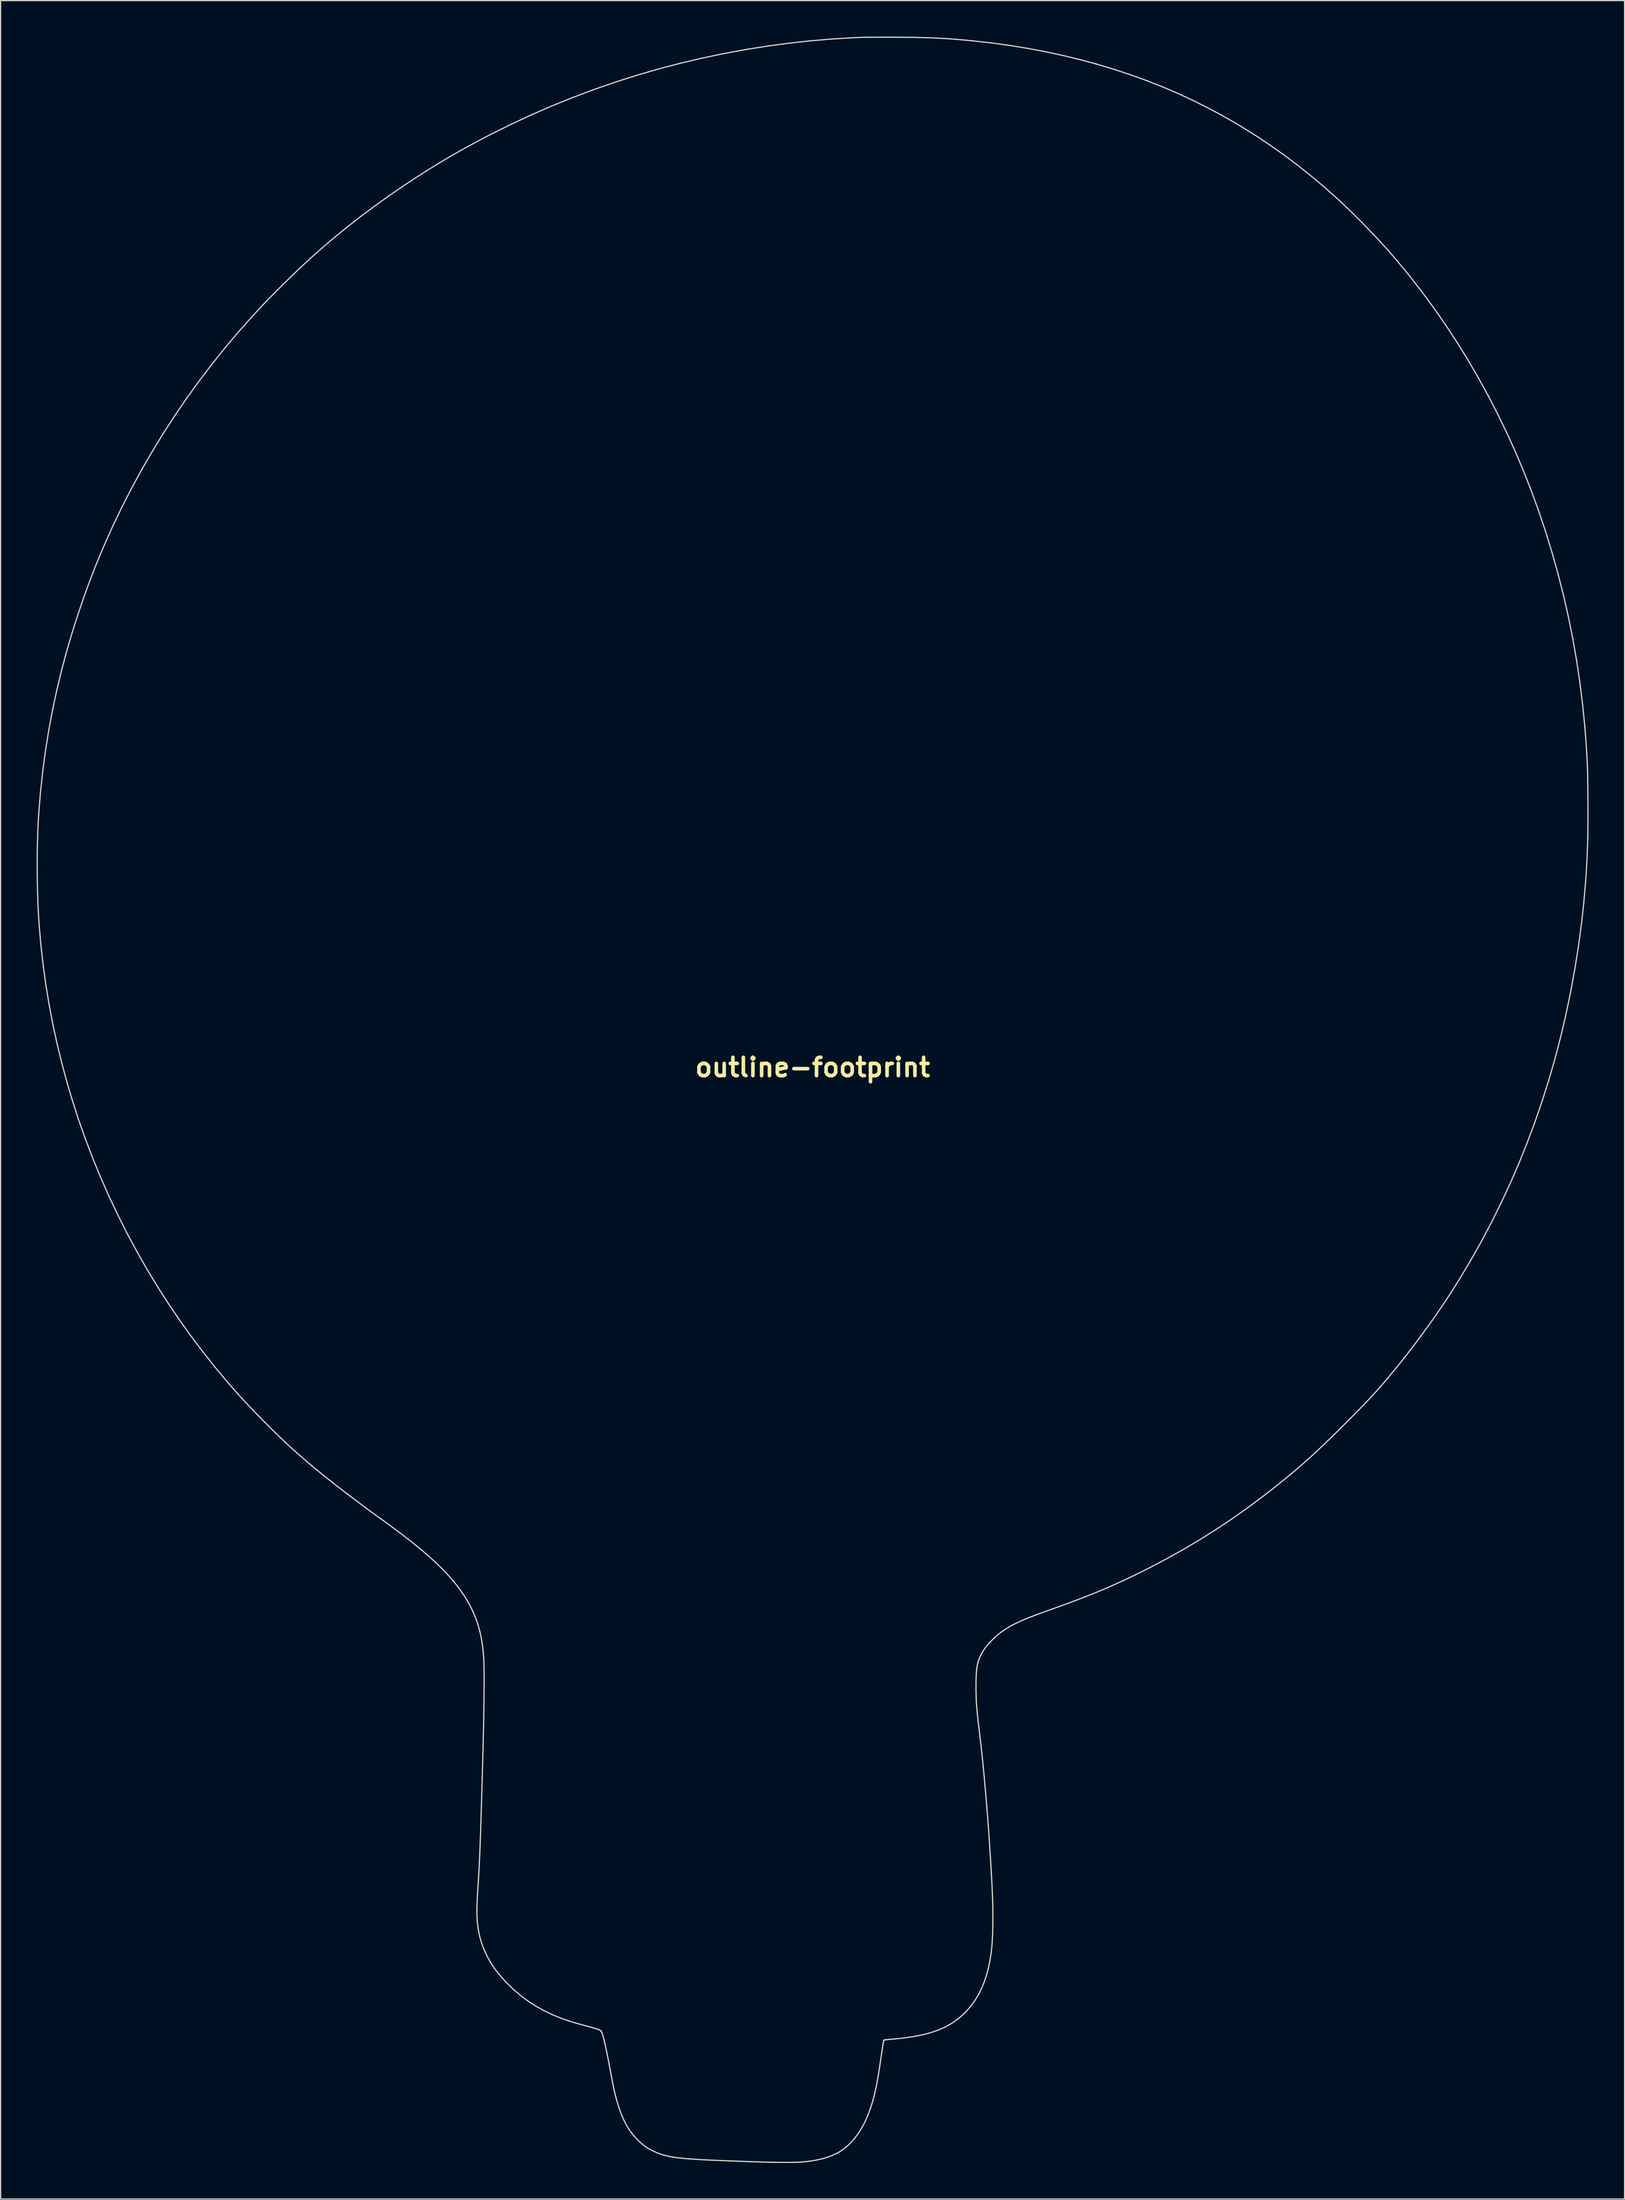
<source format=kicad_pcb>
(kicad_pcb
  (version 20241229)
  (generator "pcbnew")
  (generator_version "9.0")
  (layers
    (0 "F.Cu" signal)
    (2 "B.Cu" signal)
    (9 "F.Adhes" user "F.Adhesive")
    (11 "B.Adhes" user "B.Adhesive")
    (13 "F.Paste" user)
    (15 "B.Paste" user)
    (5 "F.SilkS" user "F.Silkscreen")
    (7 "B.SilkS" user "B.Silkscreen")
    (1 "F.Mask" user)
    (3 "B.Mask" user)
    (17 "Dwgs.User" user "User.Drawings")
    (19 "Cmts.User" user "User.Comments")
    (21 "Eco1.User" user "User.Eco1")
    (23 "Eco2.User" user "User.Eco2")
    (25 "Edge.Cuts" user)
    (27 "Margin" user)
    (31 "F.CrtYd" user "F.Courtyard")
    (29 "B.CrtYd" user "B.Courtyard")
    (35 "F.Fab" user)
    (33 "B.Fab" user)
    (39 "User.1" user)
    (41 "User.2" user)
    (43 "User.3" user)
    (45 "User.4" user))
  (footprint "outline-footprint"
    (layer "F.Cu")
    (at 64.661 85.888)
    (property "Reference" "outline-footprint" (at 0 0 0) (layer "F.SilkS") (effects (font (size 1.524 1.524) (thickness 0.3))))
    (attr board_only exclude_from_pos_files exclude_from_bom)
    (fp_line (start -64.611 -16.989) (end -64.606 -17.782) (stroke (width 0.1) (type solid)) (layer "Edge.Cuts"))
    (fp_line (start -64.611 -16.957) (end -64.611 -16.989) (stroke (width 0.1) (type solid)) (layer "Edge.Cuts"))
    (fp_line (start -64.609 -16.191) (end -64.611 -16.957) (stroke (width 0.1) (type solid)) (layer "Edge.Cuts"))
    (fp_line (start -64.606 -17.782) (end -64.593 -18.562) (stroke (width 0.1) (type solid)) (layer "Edge.Cuts"))
    (fp_line (start -64.599 -15.395) (end -64.609 -16.191) (stroke (width 0.1) (type solid)) (layer "Edge.Cuts"))
    (fp_line (start -64.593 -18.562) (end -64.572 -19.323) (stroke (width 0.1) (type solid)) (layer "Edge.Cuts"))
    (fp_line (start -64.582 -14.608) (end -64.599 -15.395) (stroke (width 0.1) (type solid)) (layer "Edge.Cuts"))
    (fp_line (start -64.572 -19.323) (end -64.544 -20.056) (stroke (width 0.1) (type solid)) (layer "Edge.Cuts"))
    (fp_line (start -64.557 -13.838) (end -64.582 -14.608) (stroke (width 0.1) (type solid)) (layer "Edge.Cuts"))
    (fp_line (start -64.544 -20.056) (end -64.508 -20.754) (stroke (width 0.1) (type solid)) (layer "Edge.Cuts"))
    (fp_line (start -64.524 -13.093) (end -64.557 -13.838) (stroke (width 0.1) (type solid)) (layer "Edge.Cuts"))
    (fp_line (start -64.508 -20.754) (end -64.484 -21.131) (stroke (width 0.1) (type solid)) (layer "Edge.Cuts"))
    (fp_line (start -64.484 -12.378) (end -64.524 -13.093) (stroke (width 0.1) (type solid)) (layer "Edge.Cuts"))
    (fp_line (start -64.484 -21.131) (end -64.341 -22.896) (stroke (width 0.1) (type solid)) (layer "Edge.Cuts"))
    (fp_line (start -64.437 -11.703) (end -64.484 -12.378) (stroke (width 0.1) (type solid)) (layer "Edge.Cuts"))
    (fp_line (start -64.341 -22.896) (end -64.153 -24.647) (stroke (width 0.1) (type solid)) (layer "Edge.Cuts"))
    (fp_line (start -64.3 -10.157) (end -64.437 -11.703) (stroke (width 0.1) (type solid)) (layer "Edge.Cuts"))
    (fp_line (start -64.153 -24.647) (end -63.921 -26.387) (stroke (width 0.1) (type solid)) (layer "Edge.Cuts"))
    (fp_line (start -64.112 -8.49) (end -64.3 -10.157) (stroke (width 0.1) (type solid)) (layer "Edge.Cuts"))
    (fp_line (start -63.921 -26.387) (end -63.643 -28.115) (stroke (width 0.1) (type solid)) (layer "Edge.Cuts"))
    (fp_line (start -63.884 -6.841) (end -64.112 -8.49) (stroke (width 0.1) (type solid)) (layer "Edge.Cuts"))
    (fp_line (start -63.643 -28.115) (end -63.32 -29.834) (stroke (width 0.1) (type solid)) (layer "Edge.Cuts"))
    (fp_line (start -63.615 -5.206) (end -63.884 -6.841) (stroke (width 0.1) (type solid)) (layer "Edge.Cuts"))
    (fp_line (start -63.32 -29.834) (end -62.951 -31.546) (stroke (width 0.1) (type solid)) (layer "Edge.Cuts"))
    (fp_line (start -63.304 -3.578) (end -63.615 -5.206) (stroke (width 0.1) (type solid)) (layer "Edge.Cuts"))
    (fp_line (start -62.951 -1.954) (end -63.304 -3.578) (stroke (width 0.1) (type solid)) (layer "Edge.Cuts"))
    (fp_line (start -62.951 -31.546) (end -62.537 -33.251) (stroke (width 0.1) (type solid)) (layer "Edge.Cuts"))
    (fp_line (start -62.555 -0.329) (end -62.951 -1.954) (stroke (width 0.1) (type solid)) (layer "Edge.Cuts"))
    (fp_line (start -62.537 -33.251) (end -62.241 -34.359) (stroke (width 0.1) (type solid)) (layer "Edge.Cuts"))
    (fp_line (start -62.241 -34.359) (end -61.91 -35.52) (stroke (width 0.1) (type solid)) (layer "Edge.Cuts"))
    (fp_line (start -62.114 1.302) (end -62.555 -0.329) (stroke (width 0.1) (type solid)) (layer "Edge.Cuts"))
    (fp_line (start -61.91 -35.52) (end -61.549 -36.702) (stroke (width 0.1) (type solid)) (layer "Edge.Cuts"))
    (fp_line (start -61.703 2.691) (end -62.114 1.302) (stroke (width 0.1) (type solid)) (layer "Edge.Cuts"))
    (fp_line (start -61.549 -36.702) (end -61.164 -37.891) (stroke (width 0.1) (type solid)) (layer "Edge.Cuts"))
    (fp_line (start -61.179 4.315) (end -61.703 2.691) (stroke (width 0.1) (type solid)) (layer "Edge.Cuts"))
    (fp_line (start -61.164 -37.891) (end -60.759 -39.075) (stroke (width 0.1) (type solid)) (layer "Edge.Cuts"))
    (fp_line (start -60.759 -39.075) (end -60.337 -40.243) (stroke (width 0.1) (type solid)) (layer "Edge.Cuts"))
    (fp_line (start -60.61 5.931) (end -61.179 4.315) (stroke (width 0.1) (type solid)) (layer "Edge.Cuts"))
    (fp_line (start -60.337 -40.243) (end -59.903 -41.383) (stroke (width 0.1) (type solid)) (layer "Edge.Cuts"))
    (fp_line (start -59.997 7.537) (end -60.61 5.931) (stroke (width 0.1) (type solid)) (layer "Edge.Cuts"))
    (fp_line (start -59.903 -41.383) (end -59.707 -41.876) (stroke (width 0.1) (type solid)) (layer "Edge.Cuts"))
    (fp_line (start -59.707 -41.876) (end -59.034 -43.488) (stroke (width 0.1) (type solid)) (layer "Edge.Cuts"))
    (fp_line (start -59.342 9.131) (end -59.997 7.537) (stroke (width 0.1) (type solid)) (layer "Edge.Cuts"))
    (fp_line (start -59.034 -43.488) (end -58.318 -45.087) (stroke (width 0.1) (type solid)) (layer "Edge.Cuts"))
    (fp_line (start -58.645 10.708) (end -59.342 9.131) (stroke (width 0.1) (type solid)) (layer "Edge.Cuts"))
    (fp_line (start -58.318 -45.087) (end -57.557 -46.671) (stroke (width 0.1) (type solid)) (layer "Edge.Cuts"))
    (fp_line (start -57.909 12.269) (end -58.645 10.708) (stroke (width 0.1) (type solid)) (layer "Edge.Cuts"))
    (fp_line (start -57.557 -46.671) (end -56.755 -48.238) (stroke (width 0.1) (type solid)) (layer "Edge.Cuts"))
    (fp_line (start -57.133 13.809) (end -57.909 12.269) (stroke (width 0.1) (type solid)) (layer "Edge.Cuts"))
    (fp_line (start -56.755 -48.238) (end -55.911 -49.787) (stroke (width 0.1) (type solid)) (layer "Edge.Cuts"))
    (fp_line (start -56.318 15.326) (end -57.133 13.809) (stroke (width 0.1) (type solid)) (layer "Edge.Cuts"))
    (fp_line (start -55.911 -49.787) (end -55.027 -51.316) (stroke (width 0.1) (type solid)) (layer "Edge.Cuts"))
    (fp_line (start -55.467 16.818) (end -56.318 15.326) (stroke (width 0.1) (type solid)) (layer "Edge.Cuts"))
    (fp_line (start -55.027 -51.316) (end -54.103 -52.824) (stroke (width 0.1) (type solid)) (layer "Edge.Cuts"))
    (fp_line (start -54.58 18.282) (end -55.467 16.818) (stroke (width 0.1) (type solid)) (layer "Edge.Cuts"))
    (fp_line (start -54.103 -52.824) (end -53.142 -54.309) (stroke (width 0.1) (type solid)) (layer "Edge.Cuts"))
    (fp_line (start -53.733 19.605) (end -54.58 18.282) (stroke (width 0.1) (type solid)) (layer "Edge.Cuts"))
    (fp_line (start -53.142 -54.309) (end -52.143 -55.769) (stroke (width 0.1) (type solid)) (layer "Edge.Cuts"))
    (fp_line (start -52.806 20.979) (end -53.733 19.605) (stroke (width 0.1) (type solid)) (layer "Edge.Cuts"))
    (fp_line (start -52.143 -55.769) (end -51.107 -57.203) (stroke (width 0.1) (type solid)) (layer "Edge.Cuts"))
    (fp_line (start -51.846 22.324) (end -52.806 20.979) (stroke (width 0.1) (type solid)) (layer "Edge.Cuts"))
    (fp_line (start -51.107 -57.203) (end -50.037 -58.61) (stroke (width 0.1) (type solid)) (layer "Edge.Cuts"))
    (fp_line (start -50.851 23.647) (end -51.846 22.324) (stroke (width 0.1) (type solid)) (layer "Edge.Cuts"))
    (fp_line (start -50.037 -58.61) (end -48.932 -59.987) (stroke (width 0.1) (type solid)) (layer "Edge.Cuts"))
    (fp_line (start -49.814 24.954) (end -50.851 23.647) (stroke (width 0.1) (type solid)) (layer "Edge.Cuts"))
    (fp_line (start -49.526 25.307) (end -49.814 24.954) (stroke (width 0.1) (type solid)) (layer "Edge.Cuts"))
    (fp_line (start -49.115 25.802) (end -49.526 25.307) (stroke (width 0.1) (type solid)) (layer "Edge.Cuts"))
    (fp_line (start -48.932 -59.987) (end -47.795 -61.333) (stroke (width 0.1) (type solid)) (layer "Edge.Cuts"))
    (fp_line (start -48.719 26.27) (end -49.115 25.802) (stroke (width 0.1) (type solid)) (layer "Edge.Cuts"))
    (fp_line (start -48.329 26.721) (end -48.719 26.27) (stroke (width 0.1) (type solid)) (layer "Edge.Cuts"))
    (fp_line (start -47.938 27.161) (end -48.329 26.721) (stroke (width 0.1) (type solid)) (layer "Edge.Cuts"))
    (fp_line (start -47.795 -61.333) (end -46.625 -62.647) (stroke (width 0.1) (type solid)) (layer "Edge.Cuts"))
    (fp_line (start -47.541 27.599) (end -47.938 27.161) (stroke (width 0.1) (type solid)) (layer "Edge.Cuts"))
    (fp_line (start -47.129 28.042) (end -47.541 27.599) (stroke (width 0.1) (type solid)) (layer "Edge.Cuts"))
    (fp_line (start -46.696 28.499) (end -47.129 28.042) (stroke (width 0.1) (type solid)) (layer "Edge.Cuts"))
    (fp_line (start -46.625 -62.647) (end -45.699 -63.64) (stroke (width 0.1) (type solid)) (layer "Edge.Cuts"))
    (fp_line (start -46.235 28.977) (end -46.696 28.499) (stroke (width 0.1) (type solid)) (layer "Edge.Cuts"))
    (fp_line (start -46.108 29.107) (end -46.235 28.977) (stroke (width 0.1) (type solid)) (layer "Edge.Cuts"))
    (fp_line (start -45.699 -63.64) (end -45.359 -63.994) (stroke (width 0.1) (type solid)) (layer "Edge.Cuts"))
    (fp_line (start -45.638 29.585) (end -46.108 29.107) (stroke (width 0.1) (type solid)) (layer "Edge.Cuts"))
    (fp_line (start -45.359 -63.994) (end -44.989 -64.371) (stroke (width 0.1) (type solid)) (layer "Edge.Cuts"))
    (fp_line (start -45.191 30.033) (end -45.638 29.585) (stroke (width 0.1) (type solid)) (layer "Edge.Cuts"))
    (fp_line (start -44.989 -64.371) (end -44.597 -64.766) (stroke (width 0.1) (type solid)) (layer "Edge.Cuts"))
    (fp_line (start -44.763 30.456) (end -45.191 30.033) (stroke (width 0.1) (type solid)) (layer "Edge.Cuts"))
    (fp_line (start -44.597 -64.766) (end -44.19 -65.172) (stroke (width 0.1) (type solid)) (layer "Edge.Cuts"))
    (fp_line (start -44.346 30.859) (end -44.763 30.456) (stroke (width 0.1) (type solid)) (layer "Edge.Cuts"))
    (fp_line (start -44.19 -65.172) (end -43.774 -65.581) (stroke (width 0.1) (type solid)) (layer "Edge.Cuts"))
    (fp_line (start -43.937 31.246) (end -44.346 30.859) (stroke (width 0.1) (type solid)) (layer "Edge.Cuts"))
    (fp_line (start -43.774 -65.581) (end -43.355 -65.988) (stroke (width 0.1) (type solid)) (layer "Edge.Cuts"))
    (fp_line (start -43.53 31.624) (end -43.937 31.246) (stroke (width 0.1) (type solid)) (layer "Edge.Cuts"))
    (fp_line (start -43.355 -65.988) (end -42.941 -66.386) (stroke (width 0.1) (type solid)) (layer "Edge.Cuts"))
    (fp_line (start -43.119 31.995) (end -43.53 31.624) (stroke (width 0.1) (type solid)) (layer "Edge.Cuts"))
    (fp_line (start -42.941 -66.386) (end -42.539 -66.768) (stroke (width 0.1) (type solid)) (layer "Edge.Cuts"))
    (fp_line (start -42.7 32.367) (end -43.119 31.995) (stroke (width 0.1) (type solid)) (layer "Edge.Cuts"))
    (fp_line (start -42.539 -66.768) (end -42.154 -67.127) (stroke (width 0.1) (type solid)) (layer "Edge.Cuts"))
    (fp_line (start -42.266 32.742) (end -42.7 32.367) (stroke (width 0.1) (type solid)) (layer "Edge.Cuts"))
    (fp_line (start -42.154 -67.127) (end -41.853 -67.405) (stroke (width 0.1) (type solid)) (layer "Edge.Cuts"))
    (fp_line (start -41.853 -67.405) (end -40.85 -68.298) (stroke (width 0.1) (type solid)) (layer "Edge.Cuts"))
    (fp_line (start -41.814 33.127) (end -42.266 32.742) (stroke (width 0.1) (type solid)) (layer "Edge.Cuts"))
    (fp_line (start -41.337 33.527) (end -41.814 33.127) (stroke (width 0.1) (type solid)) (layer "Edge.Cuts"))
    (fp_line (start -41.277 33.576) (end -41.337 33.527) (stroke (width 0.1) (type solid)) (layer "Edge.Cuts"))
    (fp_line (start -40.994 33.807) (end -41.277 33.576) (stroke (width 0.1) (type solid)) (layer "Edge.Cuts"))
    (fp_line (start -40.85 -68.298) (end -39.804 -69.187) (stroke (width 0.1) (type solid)) (layer "Edge.Cuts"))
    (fp_line (start -40.679 34.061) (end -40.994 33.807) (stroke (width 0.1) (type solid)) (layer "Edge.Cuts"))
    (fp_line (start -40.336 34.334) (end -40.679 34.061) (stroke (width 0.1) (type solid)) (layer "Edge.Cuts"))
    (fp_line (start -39.969 34.622) (end -40.336 34.334) (stroke (width 0.1) (type solid)) (layer "Edge.Cuts"))
    (fp_line (start -39.804 -69.187) (end -38.718 -70.07) (stroke (width 0.1) (type solid)) (layer "Edge.Cuts"))
    (fp_line (start -39.584 34.923) (end -39.969 34.622) (stroke (width 0.1) (type solid)) (layer "Edge.Cuts"))
    (fp_line (start -39.186 35.231) (end -39.584 34.923) (stroke (width 0.1) (type solid)) (layer "Edge.Cuts"))
    (fp_line (start -38.778 35.544) (end -39.186 35.231) (stroke (width 0.1) (type solid)) (layer "Edge.Cuts"))
    (fp_line (start -38.718 -70.07) (end -37.596 -70.944) (stroke (width 0.1) (type solid)) (layer "Edge.Cuts"))
    (fp_line (start -38.365 35.858) (end -38.778 35.544) (stroke (width 0.1) (type solid)) (layer "Edge.Cuts"))
    (fp_line (start -37.953 36.169) (end -38.365 35.858) (stroke (width 0.1) (type solid)) (layer "Edge.Cuts"))
    (fp_line (start -37.596 -70.944) (end -36.442 -71.805) (stroke (width 0.1) (type solid)) (layer "Edge.Cuts"))
    (fp_line (start -37.546 36.475) (end -37.953 36.169) (stroke (width 0.1) (type solid)) (layer "Edge.Cuts"))
    (fp_line (start -37.148 36.771) (end -37.546 36.475) (stroke (width 0.1) (type solid)) (layer "Edge.Cuts"))
    (fp_line (start -36.765 37.053) (end -37.148 36.771) (stroke (width 0.1) (type solid)) (layer "Edge.Cuts"))
    (fp_line (start -36.442 -71.805) (end -35.259 -72.651) (stroke (width 0.1) (type solid)) (layer "Edge.Cuts"))
    (fp_line (start -36.4 37.319) (end -36.765 37.053) (stroke (width 0.1) (type solid)) (layer "Edge.Cuts"))
    (fp_line (start -36.06 37.564) (end -36.4 37.319) (stroke (width 0.1) (type solid)) (layer "Edge.Cuts"))
    (fp_line (start -35.911 37.67) (end -36.06 37.564) (stroke (width 0.1) (type solid)) (layer "Edge.Cuts"))
    (fp_line (start -35.446 38.006) (end -35.911 37.67) (stroke (width 0.1) (type solid)) (layer "Edge.Cuts"))
    (fp_line (start -35.259 -72.651) (end -34.101 -73.445) (stroke (width 0.1) (type solid)) (layer "Edge.Cuts"))
    (fp_line (start -34.988 38.343) (end -35.446 38.006) (stroke (width 0.1) (type solid)) (layer "Edge.Cuts"))
    (fp_line (start -34.541 38.676) (end -34.988 38.343) (stroke (width 0.1) (type solid)) (layer "Edge.Cuts"))
    (fp_line (start -34.11 39.003) (end -34.541 38.676) (stroke (width 0.1) (type solid)) (layer "Edge.Cuts"))
    (fp_line (start -34.101 -73.445) (end -33.122 -74.093) (stroke (width 0.1) (type solid)) (layer "Edge.Cuts"))
    (fp_line (start -33.699 39.32) (end -34.11 39.003) (stroke (width 0.1) (type solid)) (layer "Edge.Cuts"))
    (fp_line (start -33.314 39.623) (end -33.699 39.32) (stroke (width 0.1) (type solid)) (layer "Edge.Cuts"))
    (fp_line (start -33.122 -74.093) (end -32.161 -74.709) (stroke (width 0.1) (type solid)) (layer "Edge.Cuts"))
    (fp_line (start -32.959 39.908) (end -33.314 39.623) (stroke (width 0.1) (type solid)) (layer "Edge.Cuts"))
    (fp_line (start -32.639 40.171) (end -32.959 39.908) (stroke (width 0.1) (type solid)) (layer "Edge.Cuts"))
    (fp_line (start -32.564 40.234) (end -32.639 40.171) (stroke (width 0.1) (type solid)) (layer "Edge.Cuts"))
    (fp_line (start -32.161 -74.709) (end -31.209 -75.298) (stroke (width 0.1) (type solid)) (layer "Edge.Cuts"))
    (fp_line (start -31.955 40.761) (end -32.564 40.234) (stroke (width 0.1) (type solid)) (layer "Edge.Cuts"))
    (fp_line (start -31.389 41.279) (end -31.955 40.761) (stroke (width 0.1) (type solid)) (layer "Edge.Cuts"))
    (fp_line (start -31.209 -75.298) (end -30.255 -75.865) (stroke (width 0.1) (type solid)) (layer "Edge.Cuts"))
    (fp_line (start -30.867 41.789) (end -31.389 41.279) (stroke (width 0.1) (type solid)) (layer "Edge.Cuts"))
    (fp_line (start -30.386 42.294) (end -30.867 41.789) (stroke (width 0.1) (type solid)) (layer "Edge.Cuts"))
    (fp_line (start -30.255 -75.865) (end -29.292 -76.416) (stroke (width 0.1) (type solid)) (layer "Edge.Cuts"))
    (fp_line (start -29.946 42.795) (end -30.386 42.294) (stroke (width 0.1) (type solid)) (layer "Edge.Cuts"))
    (fp_line (start -29.546 43.295) (end -29.946 42.795) (stroke (width 0.1) (type solid)) (layer "Edge.Cuts"))
    (fp_line (start -29.292 -76.416) (end -28.31 -76.957) (stroke (width 0.1) (type solid)) (layer "Edge.Cuts"))
    (fp_line (start -29.184 43.795) (end -29.546 43.295) (stroke (width 0.1) (type solid)) (layer "Edge.Cuts"))
    (fp_line (start -28.859 44.297) (end -29.184 43.795) (stroke (width 0.1) (type solid)) (layer "Edge.Cuts"))
    (fp_line (start -28.569 44.804) (end -28.859 44.297) (stroke (width 0.1) (type solid)) (layer "Edge.Cuts"))
    (fp_line (start -28.315 45.316) (end -28.569 44.804) (stroke (width 0.1) (type solid)) (layer "Edge.Cuts"))
    (fp_line (start -28.31 -76.957) (end -27.298 -77.493) (stroke (width 0.1) (type solid)) (layer "Edge.Cuts"))
    (fp_line (start -28.094 45.836) (end -28.315 45.316) (stroke (width 0.1) (type solid)) (layer "Edge.Cuts"))
    (fp_line (start -27.97 70.237) (end -27.963 69.853) (stroke (width 0.1) (type solid)) (layer "Edge.Cuts"))
    (fp_line (start -27.968 70.579) (end -27.97 70.237) (stroke (width 0.1) (type solid)) (layer "Edge.Cuts"))
    (fp_line (start -27.963 69.853) (end -27.949 69.432) (stroke (width 0.1) (type solid)) (layer "Edge.Cuts"))
    (fp_line (start -27.958 70.878) (end -27.968 70.579) (stroke (width 0.1) (type solid)) (layer "Edge.Cuts"))
    (fp_line (start -27.949 69.432) (end -27.927 68.975) (stroke (width 0.1) (type solid)) (layer "Edge.Cuts"))
    (fp_line (start -27.935 71.219) (end -27.958 70.878) (stroke (width 0.1) (type solid)) (layer "Edge.Cuts"))
    (fp_line (start -27.927 68.975) (end -27.899 68.519) (stroke (width 0.1) (type solid)) (layer "Edge.Cuts"))
    (fp_line (start -27.906 46.367) (end -28.094 45.836) (stroke (width 0.1) (type solid)) (layer "Edge.Cuts"))
    (fp_line (start -27.899 68.519) (end -27.879 68.223) (stroke (width 0.1) (type solid)) (layer "Edge.Cuts"))
    (fp_line (start -27.879 68.223) (end -27.861 67.937) (stroke (width 0.1) (type solid)) (layer "Edge.Cuts"))
    (fp_line (start -27.861 71.818) (end -27.935 71.219) (stroke (width 0.1) (type solid)) (layer "Edge.Cuts"))
    (fp_line (start -27.861 67.937) (end -27.843 67.659) (stroke (width 0.1) (type solid)) (layer "Edge.Cuts"))
    (fp_line (start -27.843 67.659) (end -27.827 67.387) (stroke (width 0.1) (type solid)) (layer "Edge.Cuts"))
    (fp_line (start -27.827 67.387) (end -27.811 67.117) (stroke (width 0.1) (type solid)) (layer "Edge.Cuts"))
    (fp_line (start -27.811 67.117) (end -27.796 66.848) (stroke (width 0.1) (type solid)) (layer "Edge.Cuts"))
    (fp_line (start -27.796 66.848) (end -27.781 66.577) (stroke (width 0.1) (type solid)) (layer "Edge.Cuts"))
    (fp_line (start -27.781 66.577) (end -27.767 66.3) (stroke (width 0.1) (type solid)) (layer "Edge.Cuts"))
    (fp_line (start -27.767 66.3) (end -27.754 66.015) (stroke (width 0.1) (type solid)) (layer "Edge.Cuts"))
    (fp_line (start -27.754 66.015) (end -27.74 65.721) (stroke (width 0.1) (type solid)) (layer "Edge.Cuts"))
    (fp_line (start -27.749 46.908) (end -27.906 46.367) (stroke (width 0.1) (type solid)) (layer "Edge.Cuts"))
    (fp_line (start -27.745 72.396) (end -27.861 71.818) (stroke (width 0.1) (type solid)) (layer "Edge.Cuts"))
    (fp_line (start -27.74 65.721) (end -27.727 65.413) (stroke (width 0.1) (type solid)) (layer "Edge.Cuts"))
    (fp_line (start -27.727 65.413) (end -27.714 65.089) (stroke (width 0.1) (type solid)) (layer "Edge.Cuts"))
    (fp_line (start -27.714 65.089) (end -27.701 64.748) (stroke (width 0.1) (type solid)) (layer "Edge.Cuts"))
    (fp_line (start -27.701 64.748) (end -27.688 64.385) (stroke (width 0.1) (type solid)) (layer "Edge.Cuts"))
    (fp_line (start -27.688 64.385) (end -27.674 63.999) (stroke (width 0.1) (type solid)) (layer "Edge.Cuts"))
    (fp_line (start -27.674 63.999) (end -27.66 63.587) (stroke (width 0.1) (type solid)) (layer "Edge.Cuts"))
    (fp_line (start -27.66 63.587) (end -27.646 63.147) (stroke (width 0.1) (type solid)) (layer "Edge.Cuts"))
    (fp_line (start -27.646 63.147) (end -27.631 62.674) (stroke (width 0.1) (type solid)) (layer "Edge.Cuts"))
    (fp_line (start -27.631 62.674) (end -27.615 62.168) (stroke (width 0.1) (type solid)) (layer "Edge.Cuts"))
    (fp_line (start -27.622 47.464) (end -27.749 46.908) (stroke (width 0.1) (type solid)) (layer "Edge.Cuts"))
    (fp_line (start -27.615 62.168) (end -27.599 61.625) (stroke (width 0.1) (type solid)) (layer "Edge.Cuts"))
    (fp_line (start -27.599 61.625) (end -27.582 61.043) (stroke (width 0.1) (type solid)) (layer "Edge.Cuts"))
    (fp_line (start -27.586 72.958) (end -27.745 72.396) (stroke (width 0.1) (type solid)) (layer "Edge.Cuts"))
    (fp_line (start -27.582 61.043) (end -27.563 60.419) (stroke (width 0.1) (type solid)) (layer "Edge.Cuts"))
    (fp_line (start -27.563 60.419) (end -27.546 59.83) (stroke (width 0.1) (type solid)) (layer "Edge.Cuts"))
    (fp_line (start -27.546 59.83) (end -27.525 59.095) (stroke (width 0.1) (type solid)) (layer "Edge.Cuts"))
    (fp_line (start -27.525 59.095) (end -27.506 58.405) (stroke (width 0.1) (type solid)) (layer "Edge.Cuts"))
    (fp_line (start -27.524 48.035) (end -27.622 47.464) (stroke (width 0.1) (type solid)) (layer "Edge.Cuts"))
    (fp_line (start -27.506 58.405) (end -27.488 57.756) (stroke (width 0.1) (type solid)) (layer "Edge.Cuts"))
    (fp_line (start -27.488 57.756) (end -27.471 57.145) (stroke (width 0.1) (type solid)) (layer "Edge.Cuts"))
    (fp_line (start -27.471 57.145) (end -27.457 56.569) (stroke (width 0.1) (type solid)) (layer "Edge.Cuts"))
    (fp_line (start -27.457 56.569) (end -27.443 56.026) (stroke (width 0.1) (type solid)) (layer "Edge.Cuts"))
    (fp_line (start -27.453 48.624) (end -27.524 48.035) (stroke (width 0.1) (type solid)) (layer "Edge.Cuts"))
    (fp_line (start -27.443 56.026) (end -27.431 55.513) (stroke (width 0.1) (type solid)) (layer "Edge.Cuts"))
    (fp_line (start -27.439 48.782) (end -27.453 48.624) (stroke (width 0.1) (type solid)) (layer "Edge.Cuts"))
    (fp_line (start -27.431 55.513) (end -27.421 55.026) (stroke (width 0.1) (type solid)) (layer "Edge.Cuts"))
    (fp_line (start -27.424 48.963) (end -27.439 48.782) (stroke (width 0.1) (type solid)) (layer "Edge.Cuts"))
    (fp_line (start -27.421 55.026) (end -27.411 54.563) (stroke (width 0.1) (type solid)) (layer "Edge.Cuts"))
    (fp_line (start -27.412 49.147) (end -27.424 48.963) (stroke (width 0.1) (type solid)) (layer "Edge.Cuts"))
    (fp_line (start -27.411 54.563) (end -27.403 54.121) (stroke (width 0.1) (type solid)) (layer "Edge.Cuts"))
    (fp_line (start -27.403 54.121) (end -27.396 53.698) (stroke (width 0.1) (type solid)) (layer "Edge.Cuts"))
    (fp_line (start -27.401 49.338) (end -27.412 49.147) (stroke (width 0.1) (type solid)) (layer "Edge.Cuts"))
    (fp_line (start -27.396 53.698) (end -27.39 53.289) (stroke (width 0.1) (type solid)) (layer "Edge.Cuts"))
    (fp_line (start -27.393 49.54) (end -27.401 49.338) (stroke (width 0.1) (type solid)) (layer "Edge.Cuts"))
    (fp_line (start -27.39 53.289) (end -27.385 52.893) (stroke (width 0.1) (type solid)) (layer "Edge.Cuts"))
    (fp_line (start -27.385 49.757) (end -27.393 49.54) (stroke (width 0.1) (type solid)) (layer "Edge.Cuts"))
    (fp_line (start -27.385 52.893) (end -27.381 52.506) (stroke (width 0.1) (type solid)) (layer "Edge.Cuts"))
    (fp_line (start -27.384 73.504) (end -27.586 72.958) (stroke (width 0.1) (type solid)) (layer "Edge.Cuts"))
    (fp_line (start -27.381 52.506) (end -27.378 52.126) (stroke (width 0.1) (type solid)) (layer "Edge.Cuts"))
    (fp_line (start -27.38 49.993) (end -27.385 49.757) (stroke (width 0.1) (type solid)) (layer "Edge.Cuts"))
    (fp_line (start -27.378 52.126) (end -27.377 52.031) (stroke (width 0.1) (type solid)) (layer "Edge.Cuts"))
    (fp_line (start -27.377 52.031) (end -27.375 51.598) (stroke (width 0.1) (type solid)) (layer "Edge.Cuts"))
    (fp_line (start -27.376 50.252) (end -27.38 49.993) (stroke (width 0.1) (type solid)) (layer "Edge.Cuts"))
    (fp_line (start -27.375 51.598) (end -27.373 51.207) (stroke (width 0.1) (type solid)) (layer "Edge.Cuts"))
    (fp_line (start -27.374 50.538) (end -27.376 50.252) (stroke (width 0.1) (type solid)) (layer "Edge.Cuts"))
    (fp_line (start -27.373 51.207) (end -27.373 50.855) (stroke (width 0.1) (type solid)) (layer "Edge.Cuts"))
    (fp_line (start -27.373 50.855) (end -27.374 50.538) (stroke (width 0.1) (type solid)) (layer "Edge.Cuts"))
    (fp_line (start -27.298 -77.493) (end -26.795 -77.752) (stroke (width 0.1) (type solid)) (layer "Edge.Cuts"))
    (fp_line (start -27.138 74.038) (end -27.384 73.504) (stroke (width 0.1) (type solid)) (layer "Edge.Cuts"))
    (fp_line (start -26.847 74.562) (end -27.138 74.038) (stroke (width 0.1) (type solid)) (layer "Edge.Cuts"))
    (fp_line (start -26.795 -77.752) (end -25.122 -78.582) (stroke (width 0.1) (type solid)) (layer "Edge.Cuts"))
    (fp_line (start -26.511 75.078) (end -26.847 74.562) (stroke (width 0.1) (type solid)) (layer "Edge.Cuts"))
    (fp_line (start -26.497 75.097) (end -26.511 75.078) (stroke (width 0.1) (type solid)) (layer "Edge.Cuts"))
    (fp_line (start -26.33 75.32) (end -26.497 75.097) (stroke (width 0.1) (type solid)) (layer "Edge.Cuts"))
    (fp_line (start -26.133 75.564) (end -26.33 75.32) (stroke (width 0.1) (type solid)) (layer "Edge.Cuts"))
    (fp_line (start -25.911 75.822) (end -26.133 75.564) (stroke (width 0.1) (type solid)) (layer "Edge.Cuts"))
    (fp_line (start -25.672 76.086) (end -25.911 75.822) (stroke (width 0.1) (type solid)) (layer "Edge.Cuts"))
    (fp_line (start -25.421 76.35) (end -25.672 76.086) (stroke (width 0.1) (type solid)) (layer "Edge.Cuts"))
    (fp_line (start -25.166 76.607) (end -25.421 76.35) (stroke (width 0.1) (type solid)) (layer "Edge.Cuts"))
    (fp_line (start -25.122 -78.582) (end -23.432 -79.368) (stroke (width 0.1) (type solid)) (layer "Edge.Cuts"))
    (fp_line (start -24.911 76.848) (end -25.166 76.607) (stroke (width 0.1) (type solid)) (layer "Edge.Cuts"))
    (fp_line (start -24.774 76.974) (end -24.911 76.848) (stroke (width 0.1) (type solid)) (layer "Edge.Cuts"))
    (fp_line (start -24.231 77.426) (end -24.774 76.974) (stroke (width 0.1) (type solid)) (layer "Edge.Cuts"))
    (fp_line (start -23.654 77.847) (end -24.231 77.426) (stroke (width 0.1) (type solid)) (layer "Edge.Cuts"))
    (fp_line (start -23.432 -79.368) (end -21.725 -80.11) (stroke (width 0.1) (type solid)) (layer "Edge.Cuts"))
    (fp_line (start -23.043 78.237) (end -23.654 77.847) (stroke (width 0.1) (type solid)) (layer "Edge.Cuts"))
    (fp_line (start -22.398 78.596) (end -23.043 78.237) (stroke (width 0.1) (type solid)) (layer "Edge.Cuts"))
    (fp_line (start -21.725 -80.11) (end -20.003 -80.808) (stroke (width 0.1) (type solid)) (layer "Edge.Cuts"))
    (fp_line (start -21.721 78.923) (end -22.398 78.596) (stroke (width 0.1) (type solid)) (layer "Edge.Cuts"))
    (fp_line (start -21.012 79.217) (end -21.721 78.923) (stroke (width 0.1) (type solid)) (layer "Edge.Cuts"))
    (fp_line (start -20.272 79.478) (end -21.012 79.217) (stroke (width 0.1) (type solid)) (layer "Edge.Cuts"))
    (fp_line (start -20.003 -80.808) (end -18.265 -81.461) (stroke (width 0.1) (type solid)) (layer "Edge.Cuts"))
    (fp_line (start -19.501 79.706) (end -20.272 79.478) (stroke (width 0.1) (type solid)) (layer "Edge.Cuts"))
    (fp_line (start -19.476 79.713) (end -19.501 79.706) (stroke (width 0.1) (type solid)) (layer "Edge.Cuts"))
    (fp_line (start -19.151 79.8) (end -19.476 79.713) (stroke (width 0.1) (type solid)) (layer "Edge.Cuts"))
    (fp_line (start -18.868 79.877) (end -19.151 79.8) (stroke (width 0.1) (type solid)) (layer "Edge.Cuts"))
    (fp_line (start -18.624 79.943) (end -18.868 79.877) (stroke (width 0.1) (type solid)) (layer "Edge.Cuts"))
    (fp_line (start -18.416 80.001) (end -18.624 79.943) (stroke (width 0.1) (type solid)) (layer "Edge.Cuts"))
    (fp_line (start -18.265 -81.461) (end -16.512 -82.071) (stroke (width 0.1) (type solid)) (layer "Edge.Cuts"))
    (fp_line (start -18.241 80.05) (end -18.416 80.001) (stroke (width 0.1) (type solid)) (layer "Edge.Cuts"))
    (fp_line (start -18.095 80.093) (end -18.241 80.05) (stroke (width 0.1) (type solid)) (layer "Edge.Cuts"))
    (fp_line (start -17.976 80.13) (end -18.095 80.093) (stroke (width 0.1) (type solid)) (layer "Edge.Cuts"))
    (fp_line (start -17.881 80.162) (end -17.976 80.13) (stroke (width 0.1) (type solid)) (layer "Edge.Cuts"))
    (fp_line (start -17.806 80.19) (end -17.881 80.162) (stroke (width 0.1) (type solid)) (layer "Edge.Cuts"))
    (fp_line (start -17.748 80.215) (end -17.806 80.19) (stroke (width 0.1) (type solid)) (layer "Edge.Cuts"))
    (fp_line (start -17.705 80.238) (end -17.748 80.215) (stroke (width 0.1) (type solid)) (layer "Edge.Cuts"))
    (fp_line (start -17.673 80.261) (end -17.705 80.238) (stroke (width 0.1) (type solid)) (layer "Edge.Cuts"))
    (fp_line (start -17.649 80.284) (end -17.673 80.261) (stroke (width 0.1) (type solid)) (layer "Edge.Cuts"))
    (fp_line (start -17.63 80.308) (end -17.649 80.284) (stroke (width 0.1) (type solid)) (layer "Edge.Cuts"))
    (fp_line (start -17.613 80.335) (end -17.63 80.308) (stroke (width 0.1) (type solid)) (layer "Edge.Cuts"))
    (fp_line (start -17.58 80.396) (end -17.613 80.335) (stroke (width 0.1) (type solid)) (layer "Edge.Cuts"))
    (fp_line (start -17.542 80.486) (end -17.58 80.396) (stroke (width 0.1) (type solid)) (layer "Edge.Cuts"))
    (fp_line (start -17.502 80.602) (end -17.542 80.486) (stroke (width 0.1) (type solid)) (layer "Edge.Cuts"))
    (fp_line (start -17.458 80.744) (end -17.502 80.602) (stroke (width 0.1) (type solid)) (layer "Edge.Cuts"))
    (fp_line (start -17.411 80.916) (end -17.458 80.744) (stroke (width 0.1) (type solid)) (layer "Edge.Cuts"))
    (fp_line (start -17.361 81.118) (end -17.411 80.916) (stroke (width 0.1) (type solid)) (layer "Edge.Cuts"))
    (fp_line (start -17.306 81.352) (end -17.361 81.118) (stroke (width 0.1) (type solid)) (layer "Edge.Cuts"))
    (fp_line (start -17.246 81.621) (end -17.306 81.352) (stroke (width 0.1) (type solid)) (layer "Edge.Cuts"))
    (fp_line (start -17.181 81.925) (end -17.246 81.621) (stroke (width 0.1) (type solid)) (layer "Edge.Cuts"))
    (fp_line (start -17.111 82.267) (end -17.181 81.925) (stroke (width 0.1) (type solid)) (layer "Edge.Cuts"))
    (fp_line (start -17.036 82.648) (end -17.111 82.267) (stroke (width 0.1) (type solid)) (layer "Edge.Cuts"))
    (fp_line (start -16.954 83.07) (end -17.036 82.648) (stroke (width 0.1) (type solid)) (layer "Edge.Cuts"))
    (fp_line (start -16.865 83.535) (end -16.954 83.07) (stroke (width 0.1) (type solid)) (layer "Edge.Cuts"))
    (fp_line (start -16.769 84.045) (end -16.865 83.535) (stroke (width 0.1) (type solid)) (layer "Edge.Cuts"))
    (fp_line (start -16.752 84.136) (end -16.769 84.045) (stroke (width 0.1) (type solid)) (layer "Edge.Cuts"))
    (fp_line (start -16.696 84.434) (end -16.752 84.136) (stroke (width 0.1) (type solid)) (layer "Edge.Cuts"))
    (fp_line (start -16.646 84.693) (end -16.696 84.434) (stroke (width 0.1) (type solid)) (layer "Edge.Cuts"))
    (fp_line (start -16.601 84.919) (end -16.646 84.693) (stroke (width 0.1) (type solid)) (layer "Edge.Cuts"))
    (fp_line (start -16.56 85.118) (end -16.601 84.919) (stroke (width 0.1) (type solid)) (layer "Edge.Cuts"))
    (fp_line (start -16.522 85.296) (end -16.56 85.118) (stroke (width 0.1) (type solid)) (layer "Edge.Cuts"))
    (fp_line (start -16.512 -82.071) (end -14.745 -82.636) (stroke (width 0.1) (type solid)) (layer "Edge.Cuts"))
    (fp_line (start -16.485 85.458) (end -16.522 85.296) (stroke (width 0.1) (type solid)) (layer "Edge.Cuts"))
    (fp_line (start -16.448 85.611) (end -16.485 85.458) (stroke (width 0.1) (type solid)) (layer "Edge.Cuts"))
    (fp_line (start -16.409 85.759) (end -16.448 85.611) (stroke (width 0.1) (type solid)) (layer "Edge.Cuts"))
    (fp_line (start -16.369 85.91) (end -16.409 85.759) (stroke (width 0.1) (type solid)) (layer "Edge.Cuts"))
    (fp_line (start -16.313 86.105) (end -16.369 85.91) (stroke (width 0.1) (type solid)) (layer "Edge.Cuts"))
    (fp_line (start -16.167 86.585) (end -16.313 86.105) (stroke (width 0.1) (type solid)) (layer "Edge.Cuts"))
    (fp_line (start -16.017 87.023) (end -16.167 86.585) (stroke (width 0.1) (type solid)) (layer "Edge.Cuts"))
    (fp_line (start -15.859 87.425) (end -16.017 87.023) (stroke (width 0.1) (type solid)) (layer "Edge.Cuts"))
    (fp_line (start -15.693 87.794) (end -15.859 87.425) (stroke (width 0.1) (type solid)) (layer "Edge.Cuts"))
    (fp_line (start -15.516 88.134) (end -15.693 87.794) (stroke (width 0.1) (type solid)) (layer "Edge.Cuts"))
    (fp_line (start -15.326 88.451) (end -15.516 88.134) (stroke (width 0.1) (type solid)) (layer "Edge.Cuts"))
    (fp_line (start -15.121 88.747) (end -15.326 88.451) (stroke (width 0.1) (type solid)) (layer "Edge.Cuts"))
    (fp_line (start -14.898 89.027) (end -15.121 88.747) (stroke (width 0.1) (type solid)) (layer "Edge.Cuts"))
    (fp_line (start -14.745 -82.636) (end -12.963 -83.156) (stroke (width 0.1) (type solid)) (layer "Edge.Cuts"))
    (fp_line (start -14.656 89.296) (end -14.898 89.027) (stroke (width 0.1) (type solid)) (layer "Edge.Cuts"))
    (fp_line (start -14.423 89.528) (end -14.656 89.296) (stroke (width 0.1) (type solid)) (layer "Edge.Cuts"))
    (fp_line (start -14.164 89.754) (end -14.423 89.528) (stroke (width 0.1) (type solid)) (layer "Edge.Cuts"))
    (fp_line (start -13.895 89.954) (end -14.164 89.754) (stroke (width 0.1) (type solid)) (layer "Edge.Cuts"))
    (fp_line (start -13.608 90.133) (end -13.895 89.954) (stroke (width 0.1) (type solid)) (layer "Edge.Cuts"))
    (fp_line (start -13.293 90.299) (end -13.608 90.133) (stroke (width 0.1) (type solid)) (layer "Edge.Cuts"))
    (fp_line (start -12.963 -83.156) (end -11.167 -83.632) (stroke (width 0.1) (type solid)) (layer "Edge.Cuts"))
    (fp_line (start -12.94 90.456) (end -13.293 90.299) (stroke (width 0.1) (type solid)) (layer "Edge.Cuts"))
    (fp_line (start -12.899 90.473) (end -12.94 90.456) (stroke (width 0.1) (type solid)) (layer "Edge.Cuts"))
    (fp_line (start -12.717 90.543) (end -12.899 90.473) (stroke (width 0.1) (type solid)) (layer "Edge.Cuts"))
    (fp_line (start -12.527 90.606) (end -12.717 90.543) (stroke (width 0.1) (type solid)) (layer "Edge.Cuts"))
    (fp_line (start -12.327 90.664) (end -12.527 90.606) (stroke (width 0.1) (type solid)) (layer "Edge.Cuts"))
    (fp_line (start -12.113 90.717) (end -12.327 90.664) (stroke (width 0.1) (type solid)) (layer "Edge.Cuts"))
    (fp_line (start -11.882 90.764) (end -12.113 90.717) (stroke (width 0.1) (type solid)) (layer "Edge.Cuts"))
    (fp_line (start -11.63 90.808) (end -11.882 90.764) (stroke (width 0.1) (type solid)) (layer "Edge.Cuts"))
    (fp_line (start -11.355 90.848) (end -11.63 90.808) (stroke (width 0.1) (type solid)) (layer "Edge.Cuts"))
    (fp_line (start -11.167 -83.632) (end -9.357 -84.062) (stroke (width 0.1) (type solid)) (layer "Edge.Cuts"))
    (fp_line (start -11.052 90.884) (end -11.355 90.848) (stroke (width 0.1) (type solid)) (layer "Edge.Cuts"))
    (fp_line (start -10.719 90.918) (end -11.052 90.884) (stroke (width 0.1) (type solid)) (layer "Edge.Cuts"))
    (fp_line (start -10.353 90.949) (end -10.719 90.918) (stroke (width 0.1) (type solid)) (layer "Edge.Cuts"))
    (fp_line (start -9.949 90.979) (end -10.353 90.949) (stroke (width 0.1) (type solid)) (layer "Edge.Cuts"))
    (fp_line (start -9.505 91.007) (end -9.949 90.979) (stroke (width 0.1) (type solid)) (layer "Edge.Cuts"))
    (fp_line (start -9.357 -84.062) (end -7.535 -84.448) (stroke (width 0.1) (type solid)) (layer "Edge.Cuts"))
    (fp_line (start -9.018 91.034) (end -9.505 91.007) (stroke (width 0.1) (type solid)) (layer "Edge.Cuts"))
    (fp_line (start -9.008 91.035) (end -9.018 91.034) (stroke (width 0.1) (type solid)) (layer "Edge.Cuts"))
    (fp_line (start -8.812 91.045) (end -9.008 91.035) (stroke (width 0.1) (type solid)) (layer "Edge.Cuts"))
    (fp_line (start -8.577 91.056) (end -8.812 91.045) (stroke (width 0.1) (type solid)) (layer "Edge.Cuts"))
    (fp_line (start -8.308 91.067) (end -8.577 91.056) (stroke (width 0.1) (type solid)) (layer "Edge.Cuts"))
    (fp_line (start -8.011 91.08) (end -8.308 91.067) (stroke (width 0.1) (type solid)) (layer "Edge.Cuts"))
    (fp_line (start -7.689 91.093) (end -8.011 91.08) (stroke (width 0.1) (type solid)) (layer "Edge.Cuts"))
    (fp_line (start -7.535 -84.448) (end -5.7 -84.789) (stroke (width 0.1) (type solid)) (layer "Edge.Cuts"))
    (fp_line (start -7.348 91.107) (end -7.689 91.093) (stroke (width 0.1) (type solid)) (layer "Edge.Cuts"))
    (fp_line (start -6.992 91.121) (end -7.348 91.107) (stroke (width 0.1) (type solid)) (layer "Edge.Cuts"))
    (fp_line (start -6.626 91.134) (end -6.992 91.121) (stroke (width 0.1) (type solid)) (layer "Edge.Cuts"))
    (fp_line (start -6.254 91.148) (end -6.626 91.134) (stroke (width 0.1) (type solid)) (layer "Edge.Cuts"))
    (fp_line (start -5.883 91.162) (end -6.254 91.148) (stroke (width 0.1) (type solid)) (layer "Edge.Cuts"))
    (fp_line (start -5.7 -84.789) (end -5.383 -84.843) (stroke (width 0.1) (type solid)) (layer "Edge.Cuts"))
    (fp_line (start -5.515 91.175) (end -5.883 91.162) (stroke (width 0.1) (type solid)) (layer "Edge.Cuts"))
    (fp_line (start -5.383 -84.843) (end -3.653 -85.114) (stroke (width 0.1) (type solid)) (layer "Edge.Cuts"))
    (fp_line (start -5.157 91.187) (end -5.515 91.175) (stroke (width 0.1) (type solid)) (layer "Edge.Cuts"))
    (fp_line (start -4.812 91.198) (end -5.157 91.187) (stroke (width 0.1) (type solid)) (layer "Edge.Cuts"))
    (fp_line (start -4.485 91.209) (end -4.812 91.198) (stroke (width 0.1) (type solid)) (layer "Edge.Cuts"))
    (fp_line (start -4.182 91.218) (end -4.485 91.209) (stroke (width 0.1) (type solid)) (layer "Edge.Cuts"))
    (fp_line (start -3.907 91.227) (end -4.182 91.218) (stroke (width 0.1) (type solid)) (layer "Edge.Cuts"))
    (fp_line (start -3.664 91.233) (end -3.907 91.227) (stroke (width 0.1) (type solid)) (layer "Edge.Cuts"))
    (fp_line (start -3.653 -85.114) (end -1.929 -85.344) (stroke (width 0.1) (type solid)) (layer "Edge.Cuts"))
    (fp_line (start -3.458 91.238) (end -3.664 91.233) (stroke (width 0.1) (type solid)) (layer "Edge.Cuts"))
    (fp_line (start -3.295 91.241) (end -3.458 91.238) (stroke (width 0.1) (type solid)) (layer "Edge.Cuts"))
    (fp_line (start -3.065 91.245) (end -3.295 91.241) (stroke (width 0.1) (type solid)) (layer "Edge.Cuts"))
    (fp_line (start -2.663 91.249) (end -3.065 91.245) (stroke (width 0.1) (type solid)) (layer "Edge.Cuts"))
    (fp_line (start -2.302 91.251) (end -2.663 91.249) (stroke (width 0.1) (type solid)) (layer "Edge.Cuts"))
    (fp_line (start -1.977 91.25) (end -2.302 91.251) (stroke (width 0.1) (type solid)) (layer "Edge.Cuts"))
    (fp_line (start -1.929 -85.344) (end -0.214 -85.532) (stroke (width 0.1) (type solid)) (layer "Edge.Cuts"))
    (fp_line (start -1.684 91.247) (end -1.977 91.25) (stroke (width 0.1) (type solid)) (layer "Edge.Cuts"))
    (fp_line (start -1.418 91.24) (end -1.684 91.247) (stroke (width 0.1) (type solid)) (layer "Edge.Cuts"))
    (fp_line (start -1.175 91.231) (end -1.418 91.24) (stroke (width 0.1) (type solid)) (layer "Edge.Cuts"))
    (fp_line (start -0.952 91.219) (end -1.175 91.231) (stroke (width 0.1) (type solid)) (layer "Edge.Cuts"))
    (fp_line (start -0.743 91.203) (end -0.952 91.219) (stroke (width 0.1) (type solid)) (layer "Edge.Cuts"))
    (fp_line (start -0.544 91.184) (end -0.743 91.203) (stroke (width 0.1) (type solid)) (layer "Edge.Cuts"))
    (fp_line (start -0.352 91.162) (end -0.544 91.184) (stroke (width 0.1) (type solid)) (layer "Edge.Cuts"))
    (fp_line (start -0.214 -85.532) (end 1.489 -85.679) (stroke (width 0.1) (type solid)) (layer "Edge.Cuts"))
    (fp_line (start -0.064 91.122) (end -0.352 91.162) (stroke (width 0.1) (type solid)) (layer "Edge.Cuts"))
    (fp_line (start 0.412 91.038) (end -0.064 91.122) (stroke (width 0.1) (type solid)) (layer "Edge.Cuts"))
    (fp_line (start 0.851 90.936) (end 0.412 91.038) (stroke (width 0.1) (type solid)) (layer "Edge.Cuts"))
    (fp_line (start 1.258 90.814) (end 0.851 90.936) (stroke (width 0.1) (type solid)) (layer "Edge.Cuts"))
    (fp_line (start 1.489 -85.679) (end 3.177 -85.785) (stroke (width 0.1) (type solid)) (layer "Edge.Cuts"))
    (fp_line (start 1.637 90.67) (end 1.258 90.814) (stroke (width 0.1) (type solid)) (layer "Edge.Cuts"))
    (fp_line (start 1.995 90.504) (end 1.637 90.67) (stroke (width 0.1) (type solid)) (layer "Edge.Cuts"))
    (fp_line (start 2.205 90.389) (end 1.995 90.504) (stroke (width 0.1) (type solid)) (layer "Edge.Cuts"))
    (fp_line (start 2.57 90.147) (end 2.205 90.389) (stroke (width 0.1) (type solid)) (layer "Edge.Cuts"))
    (fp_line (start 2.918 89.864) (end 2.57 90.147) (stroke (width 0.1) (type solid)) (layer "Edge.Cuts"))
    (fp_line (start 3.177 -85.785) (end 3.867 -85.816) (stroke (width 0.1) (type solid)) (layer "Edge.Cuts"))
    (fp_line (start 3.248 89.539) (end 2.918 89.864) (stroke (width 0.1) (type solid)) (layer "Edge.Cuts"))
    (fp_line (start 3.56 89.174) (end 3.248 89.539) (stroke (width 0.1) (type solid)) (layer "Edge.Cuts"))
    (fp_line (start 3.852 88.77) (end 3.56 89.174) (stroke (width 0.1) (type solid)) (layer "Edge.Cuts"))
    (fp_line (start 3.867 -85.816) (end 4.029 -85.821) (stroke (width 0.1) (type solid)) (layer "Edge.Cuts"))
    (fp_line (start 4.029 -85.821) (end 4.233 -85.825) (stroke (width 0.1) (type solid)) (layer "Edge.Cuts"))
    (fp_line (start 4.124 88.328) (end 3.852 88.77) (stroke (width 0.1) (type solid)) (layer "Edge.Cuts"))
    (fp_line (start 4.233 -85.825) (end 4.474 -85.829) (stroke (width 0.1) (type solid)) (layer "Edge.Cuts"))
    (fp_line (start 4.374 87.849) (end 4.124 88.328) (stroke (width 0.1) (type solid)) (layer "Edge.Cuts"))
    (fp_line (start 4.474 -85.829) (end 4.747 -85.832) (stroke (width 0.1) (type solid)) (layer "Edge.Cuts"))
    (fp_line (start 4.602 87.336) (end 4.374 87.849) (stroke (width 0.1) (type solid)) (layer "Edge.Cuts"))
    (fp_line (start 4.747 -85.832) (end 5.047 -85.835) (stroke (width 0.1) (type solid)) (layer "Edge.Cuts"))
    (fp_line (start 4.807 86.788) (end 4.602 87.336) (stroke (width 0.1) (type solid)) (layer "Edge.Cuts"))
    (fp_line (start 4.841 86.688) (end 4.807 86.788) (stroke (width 0.1) (type solid)) (layer "Edge.Cuts"))
    (fp_line (start 4.921 86.442) (end 4.841 86.688) (stroke (width 0.1) (type solid)) (layer "Edge.Cuts"))
    (fp_line (start 4.996 86.195) (end 4.921 86.442) (stroke (width 0.1) (type solid)) (layer "Edge.Cuts"))
    (fp_line (start 5.047 -85.835) (end 5.369 -85.837) (stroke (width 0.1) (type solid)) (layer "Edge.Cuts"))
    (fp_line (start 5.067 85.942) (end 4.996 86.195) (stroke (width 0.1) (type solid)) (layer "Edge.Cuts"))
    (fp_line (start 5.135 85.68) (end 5.067 85.942) (stroke (width 0.1) (type solid)) (layer "Edge.Cuts"))
    (fp_line (start 5.201 85.406) (end 5.135 85.68) (stroke (width 0.1) (type solid)) (layer "Edge.Cuts"))
    (fp_line (start 5.265 85.115) (end 5.201 85.406) (stroke (width 0.1) (type solid)) (layer "Edge.Cuts"))
    (fp_line (start 5.328 84.804) (end 5.265 85.115) (stroke (width 0.1) (type solid)) (layer "Edge.Cuts"))
    (fp_line (start 5.369 -85.837) (end 5.707 -85.838) (stroke (width 0.1) (type solid)) (layer "Edge.Cuts"))
    (fp_line (start 5.391 84.469) (end 5.328 84.804) (stroke (width 0.1) (type solid)) (layer "Edge.Cuts"))
    (fp_line (start 5.455 84.106) (end 5.391 84.469) (stroke (width 0.1) (type solid)) (layer "Edge.Cuts"))
    (fp_line (start 5.521 83.712) (end 5.455 84.106) (stroke (width 0.1) (type solid)) (layer "Edge.Cuts"))
    (fp_line (start 5.588 83.282) (end 5.521 83.712) (stroke (width 0.1) (type solid)) (layer "Edge.Cuts"))
    (fp_line (start 5.659 82.813) (end 5.588 83.282) (stroke (width 0.1) (type solid)) (layer "Edge.Cuts"))
    (fp_line (start 5.707 -85.838) (end 6.058 -85.838) (stroke (width 0.1) (type solid)) (layer "Edge.Cuts"))
    (fp_line (start 5.734 82.301) (end 5.659 82.813) (stroke (width 0.1) (type solid)) (layer "Edge.Cuts"))
    (fp_line (start 5.771 82.04) (end 5.734 82.301) (stroke (width 0.1) (type solid)) (layer "Edge.Cuts"))
    (fp_line (start 5.804 81.812) (end 5.771 82.04) (stroke (width 0.1) (type solid)) (layer "Edge.Cuts"))
    (fp_line (start 5.832 81.623) (end 5.804 81.812) (stroke (width 0.1) (type solid)) (layer "Edge.Cuts"))
    (fp_line (start 5.855 81.469) (end 5.832 81.623) (stroke (width 0.1) (type solid)) (layer "Edge.Cuts"))
    (fp_line (start 5.875 81.346) (end 5.855 81.469) (stroke (width 0.1) (type solid)) (layer "Edge.Cuts"))
    (fp_line (start 5.891 81.252) (end 5.875 81.346) (stroke (width 0.1) (type solid)) (layer "Edge.Cuts"))
    (fp_line (start 5.904 81.181) (end 5.891 81.252) (stroke (width 0.1) (type solid)) (layer "Edge.Cuts"))
    (fp_line (start 5.916 81.13) (end 5.904 81.181) (stroke (width 0.1) (type solid)) (layer "Edge.Cuts"))
    (fp_line (start 5.926 81.096) (end 5.916 81.13) (stroke (width 0.1) (type solid)) (layer "Edge.Cuts"))
    (fp_line (start 5.936 81.075) (end 5.926 81.096) (stroke (width 0.1) (type solid)) (layer "Edge.Cuts"))
    (fp_line (start 5.946 81.062) (end 5.936 81.075) (stroke (width 0.1) (type solid)) (layer "Edge.Cuts"))
    (fp_line (start 5.957 81.055) (end 5.946 81.062) (stroke (width 0.1) (type solid)) (layer "Edge.Cuts"))
    (fp_line (start 5.977 81.05) (end 5.957 81.055) (stroke (width 0.1) (type solid)) (layer "Edge.Cuts"))
    (fp_line (start 6.039 81.04) (end 5.977 81.05) (stroke (width 0.1) (type solid)) (layer "Edge.Cuts"))
    (fp_line (start 6.058 -85.838) (end 6.416 -85.838) (stroke (width 0.1) (type solid)) (layer "Edge.Cuts"))
    (fp_line (start 6.137 81.028) (end 6.039 81.04) (stroke (width 0.1) (type solid)) (layer "Edge.Cuts"))
    (fp_line (start 6.262 81.014) (end 6.137 81.028) (stroke (width 0.1) (type solid)) (layer "Edge.Cuts"))
    (fp_line (start 6.409 81) (end 6.262 81.014) (stroke (width 0.1) (type solid)) (layer "Edge.Cuts"))
    (fp_line (start 6.416 -85.838) (end 6.776 -85.837) (stroke (width 0.1) (type solid)) (layer "Edge.Cuts"))
    (fp_line (start 6.57 80.986) (end 6.409 81) (stroke (width 0.1) (type solid)) (layer "Edge.Cuts"))
    (fp_line (start 6.776 -85.837) (end 7.133 -85.836) (stroke (width 0.1) (type solid)) (layer "Edge.Cuts"))
    (fp_line (start 6.91 80.956) (end 6.57 80.986) (stroke (width 0.1) (type solid)) (layer "Edge.Cuts"))
    (fp_line (start 7.133 -85.836) (end 7.482 -85.833) (stroke (width 0.1) (type solid)) (layer "Edge.Cuts"))
    (fp_line (start 7.482 -85.833) (end 7.819 -85.83) (stroke (width 0.1) (type solid)) (layer "Edge.Cuts"))
    (fp_line (start 7.55 80.888) (end 6.91 80.956) (stroke (width 0.1) (type solid)) (layer "Edge.Cuts"))
    (fp_line (start 7.819 -85.83) (end 8.137 -85.827) (stroke (width 0.1) (type solid)) (layer "Edge.Cuts"))
    (fp_line (start 8.137 -85.827) (end 8.432 -85.822) (stroke (width 0.1) (type solid)) (layer "Edge.Cuts"))
    (fp_line (start 8.148 80.806) (end 7.55 80.888) (stroke (width 0.1) (type solid)) (layer "Edge.Cuts"))
    (fp_line (start 8.432 -85.822) (end 8.7 -85.817) (stroke (width 0.1) (type solid)) (layer "Edge.Cuts"))
    (fp_line (start 8.7 -85.817) (end 8.783 -85.816) (stroke (width 0.1) (type solid)) (layer "Edge.Cuts"))
    (fp_line (start 8.707 80.711) (end 8.148 80.806) (stroke (width 0.1) (type solid)) (layer "Edge.Cuts"))
    (fp_line (start 8.783 -85.816) (end 9.287 -85.803) (stroke (width 0.1) (type solid)) (layer "Edge.Cuts"))
    (fp_line (start 9.23 80.6) (end 8.707 80.711) (stroke (width 0.1) (type solid)) (layer "Edge.Cuts"))
    (fp_line (start 9.287 -85.803) (end 9.756 -85.788) (stroke (width 0.1) (type solid)) (layer "Edge.Cuts"))
    (fp_line (start 9.718 80.474) (end 9.23 80.6) (stroke (width 0.1) (type solid)) (layer "Edge.Cuts"))
    (fp_line (start 9.756 -85.788) (end 10.199 -85.771) (stroke (width 0.1) (type solid)) (layer "Edge.Cuts"))
    (fp_line (start 10.174 80.33) (end 9.718 80.474) (stroke (width 0.1) (type solid)) (layer "Edge.Cuts"))
    (fp_line (start 10.199 -85.771) (end 10.626 -85.75) (stroke (width 0.1) (type solid)) (layer "Edge.Cuts"))
    (fp_line (start 10.602 80.169) (end 10.174 80.33) (stroke (width 0.1) (type solid)) (layer "Edge.Cuts"))
    (fp_line (start 10.626 -85.75) (end 11.045 -85.727) (stroke (width 0.1) (type solid)) (layer "Edge.Cuts"))
    (fp_line (start 11.002 79.989) (end 10.602 80.169) (stroke (width 0.1) (type solid)) (layer "Edge.Cuts"))
    (fp_line (start 11.045 -85.727) (end 11.464 -85.699) (stroke (width 0.1) (type solid)) (layer "Edge.Cuts"))
    (fp_line (start 11.378 79.79) (end 11.002 79.989) (stroke (width 0.1) (type solid)) (layer "Edge.Cuts"))
    (fp_line (start 11.464 -85.699) (end 11.895 -85.666) (stroke (width 0.1) (type solid)) (layer "Edge.Cuts"))
    (fp_line (start 11.732 79.571) (end 11.378 79.79) (stroke (width 0.1) (type solid)) (layer "Edge.Cuts"))
    (fp_line (start 11.895 -85.666) (end 12.344 -85.629) (stroke (width 0.1) (type solid)) (layer "Edge.Cuts"))
    (fp_line (start 12.068 79.33) (end 11.732 79.571) (stroke (width 0.1) (type solid)) (layer "Edge.Cuts"))
    (fp_line (start 12.344 -85.629) (end 12.821 -85.585) (stroke (width 0.1) (type solid)) (layer "Edge.Cuts"))
    (fp_line (start 12.386 79.067) (end 12.068 79.33) (stroke (width 0.1) (type solid)) (layer "Edge.Cuts"))
    (fp_line (start 12.689 78.781) (end 12.386 79.067) (stroke (width 0.1) (type solid)) (layer "Edge.Cuts"))
    (fp_line (start 12.821 -85.585) (end 13.335 -85.536) (stroke (width 0.1) (type solid)) (layer "Edge.Cuts"))
    (fp_line (start 12.879 78.584) (end 12.689 78.781) (stroke (width 0.1) (type solid)) (layer "Edge.Cuts"))
    (fp_line (start 13.222 78.179) (end 12.879 78.584) (stroke (width 0.1) (type solid)) (layer "Edge.Cuts"))
    (fp_line (start 13.335 -85.536) (end 13.357 -85.533) (stroke (width 0.1) (type solid)) (layer "Edge.Cuts"))
    (fp_line (start 13.357 -85.533) (end 14.883 -85.363) (stroke (width 0.1) (type solid)) (layer "Edge.Cuts"))
    (fp_line (start 13.535 77.744) (end 13.222 78.179) (stroke (width 0.1) (type solid)) (layer "Edge.Cuts"))
    (fp_line (start 13.616 51.597) (end 13.617 51.886) (stroke (width 0.1) (type solid)) (layer "Edge.Cuts"))
    (fp_line (start 13.617 51.505) (end 13.616 51.597) (stroke (width 0.1) (type solid)) (layer "Edge.Cuts"))
    (fp_line (start 13.617 51.886) (end 13.621 52.163) (stroke (width 0.1) (type solid)) (layer "Edge.Cuts"))
    (fp_line (start 13.62 51.144) (end 13.617 51.505) (stroke (width 0.1) (type solid)) (layer "Edge.Cuts"))
    (fp_line (start 13.621 52.163) (end 13.628 52.431) (stroke (width 0.1) (type solid)) (layer "Edge.Cuts"))
    (fp_line (start 13.628 52.431) (end 13.639 52.698) (stroke (width 0.1) (type solid)) (layer "Edge.Cuts"))
    (fp_line (start 13.628 50.825) (end 13.62 51.144) (stroke (width 0.1) (type solid)) (layer "Edge.Cuts"))
    (fp_line (start 13.639 52.698) (end 13.653 52.969) (stroke (width 0.1) (type solid)) (layer "Edge.Cuts"))
    (fp_line (start 13.641 50.541) (end 13.628 50.825) (stroke (width 0.1) (type solid)) (layer "Edge.Cuts"))
    (fp_line (start 13.653 52.969) (end 13.673 53.248) (stroke (width 0.1) (type solid)) (layer "Edge.Cuts"))
    (fp_line (start 13.66 50.288) (end 13.641 50.541) (stroke (width 0.1) (type solid)) (layer "Edge.Cuts"))
    (fp_line (start 13.673 53.248) (end 13.697 53.542) (stroke (width 0.1) (type solid)) (layer "Edge.Cuts"))
    (fp_line (start 13.686 50.061) (end 13.66 50.288) (stroke (width 0.1) (type solid)) (layer "Edge.Cuts"))
    (fp_line (start 13.697 53.542) (end 13.727 53.856) (stroke (width 0.1) (type solid)) (layer "Edge.Cuts"))
    (fp_line (start 13.719 49.855) (end 13.686 50.061) (stroke (width 0.1) (type solid)) (layer "Edge.Cuts"))
    (fp_line (start 13.727 53.856) (end 13.762 54.195) (stroke (width 0.1) (type solid)) (layer "Edge.Cuts"))
    (fp_line (start 13.76 49.665) (end 13.719 49.855) (stroke (width 0.1) (type solid)) (layer "Edge.Cuts"))
    (fp_line (start 13.762 54.195) (end 13.803 54.566) (stroke (width 0.1) (type solid)) (layer "Edge.Cuts"))
    (fp_line (start 13.803 54.566) (end 13.851 54.972) (stroke (width 0.1) (type solid)) (layer "Edge.Cuts"))
    (fp_line (start 13.811 49.487) (end 13.76 49.665) (stroke (width 0.1) (type solid)) (layer "Edge.Cuts"))
    (fp_line (start 13.816 77.278) (end 13.535 77.744) (stroke (width 0.1) (type solid)) (layer "Edge.Cuts"))
    (fp_line (start 13.851 54.972) (end 13.896 55.338) (stroke (width 0.1) (type solid)) (layer "Edge.Cuts"))
    (fp_line (start 13.871 49.314) (end 13.811 49.487) (stroke (width 0.1) (type solid)) (layer "Edge.Cuts"))
    (fp_line (start 13.896 55.338) (end 13.975 56.001) (stroke (width 0.1) (type solid)) (layer "Edge.Cuts"))
    (fp_line (start 13.941 49.144) (end 13.871 49.314) (stroke (width 0.1) (type solid)) (layer "Edge.Cuts"))
    (fp_line (start 13.975 56.001) (end 14.055 56.705) (stroke (width 0.1) (type solid)) (layer "Edge.Cuts"))
    (fp_line (start 14.023 48.969) (end 13.941 49.144) (stroke (width 0.1) (type solid)) (layer "Edge.Cuts"))
    (fp_line (start 14.046 48.923) (end 14.023 48.969) (stroke (width 0.1) (type solid)) (layer "Edge.Cuts"))
    (fp_line (start 14.055 56.705) (end 14.134 57.448) (stroke (width 0.1) (type solid)) (layer "Edge.Cuts"))
    (fp_line (start 14.067 76.781) (end 13.816 77.278) (stroke (width 0.1) (type solid)) (layer "Edge.Cuts"))
    (fp_line (start 14.134 57.448) (end 14.213 58.223) (stroke (width 0.1) (type solid)) (layer "Edge.Cuts"))
    (fp_line (start 14.19 48.665) (end 14.046 48.923) (stroke (width 0.1) (type solid)) (layer "Edge.Cuts"))
    (fp_line (start 14.213 58.223) (end 14.29 59.026) (stroke (width 0.1) (type solid)) (layer "Edge.Cuts"))
    (fp_line (start 14.288 76.251) (end 14.067 76.781) (stroke (width 0.1) (type solid)) (layer "Edge.Cuts"))
    (fp_line (start 14.29 59.026) (end 14.366 59.853) (stroke (width 0.1) (type solid)) (layer "Edge.Cuts"))
    (fp_line (start 14.354 48.416) (end 14.19 48.665) (stroke (width 0.1) (type solid)) (layer "Edge.Cuts"))
    (fp_line (start 14.366 59.853) (end 14.44 60.698) (stroke (width 0.1) (type solid)) (layer "Edge.Cuts"))
    (fp_line (start 14.44 60.698) (end 14.512 61.558) (stroke (width 0.1) (type solid)) (layer "Edge.Cuts"))
    (fp_line (start 14.479 75.687) (end 14.288 76.251) (stroke (width 0.1) (type solid)) (layer "Edge.Cuts"))
    (fp_line (start 14.512 61.558) (end 14.581 62.426) (stroke (width 0.1) (type solid)) (layer "Edge.Cuts"))
    (fp_line (start 14.544 48.17) (end 14.354 48.416) (stroke (width 0.1) (type solid)) (layer "Edge.Cuts"))
    (fp_line (start 14.581 62.426) (end 14.647 63.3) (stroke (width 0.1) (type solid)) (layer "Edge.Cuts"))
    (fp_line (start 14.641 75.089) (end 14.479 75.687) (stroke (width 0.1) (type solid)) (layer "Edge.Cuts"))
    (fp_line (start 14.647 63.3) (end 14.709 64.174) (stroke (width 0.1) (type solid)) (layer "Edge.Cuts"))
    (fp_line (start 14.709 64.174) (end 14.767 65.043) (stroke (width 0.1) (type solid)) (layer "Edge.Cuts"))
    (fp_line (start 14.766 47.919) (end 14.544 48.17) (stroke (width 0.1) (type solid)) (layer "Edge.Cuts"))
    (fp_line (start 14.767 65.043) (end 14.822 65.903) (stroke (width 0.1) (type solid)) (layer "Edge.Cuts"))
    (fp_line (start 14.775 74.455) (end 14.641 75.089) (stroke (width 0.1) (type solid)) (layer "Edge.Cuts"))
    (fp_line (start 14.822 65.903) (end 14.845 66.303) (stroke (width 0.1) (type solid)) (layer "Edge.Cuts"))
    (fp_line (start 14.845 66.303) (end 14.858 66.516) (stroke (width 0.1) (type solid)) (layer "Edge.Cuts"))
    (fp_line (start 14.858 66.516) (end 14.871 66.735) (stroke (width 0.1) (type solid)) (layer "Edge.Cuts"))
    (fp_line (start 14.871 66.735) (end 14.883 66.95) (stroke (width 0.1) (type solid)) (layer "Edge.Cuts"))
    (fp_line (start 14.88 73.784) (end 14.775 74.455) (stroke (width 0.1) (type solid)) (layer "Edge.Cuts"))
    (fp_line (start 14.883 -85.363) (end 16.398 -85.155) (stroke (width 0.1) (type solid)) (layer "Edge.Cuts"))
    (fp_line (start 14.883 66.95) (end 14.895 67.15) (stroke (width 0.1) (type solid)) (layer "Edge.Cuts"))
    (fp_line (start 14.895 67.15) (end 14.906 67.328) (stroke (width 0.1) (type solid)) (layer "Edge.Cuts"))
    (fp_line (start 14.906 67.328) (end 14.914 67.472) (stroke (width 0.1) (type solid)) (layer "Edge.Cuts"))
    (fp_line (start 14.914 67.472) (end 14.917 67.522) (stroke (width 0.1) (type solid)) (layer "Edge.Cuts"))
    (fp_line (start 14.917 67.522) (end 14.955 68.234) (stroke (width 0.1) (type solid)) (layer "Edge.Cuts"))
    (fp_line (start 14.923 73.415) (end 14.88 73.784) (stroke (width 0.1) (type solid)) (layer "Edge.Cuts"))
    (fp_line (start 14.955 68.234) (end 14.985 68.926) (stroke (width 0.1) (type solid)) (layer "Edge.Cuts"))
    (fp_line (start 14.96 72.98) (end 14.923 73.415) (stroke (width 0.1) (type solid)) (layer "Edge.Cuts"))
    (fp_line (start 14.985 68.926) (end 15.007 69.595) (stroke (width 0.1) (type solid)) (layer "Edge.Cuts"))
    (fp_line (start 14.989 72.503) (end 14.96 72.98) (stroke (width 0.1) (type solid)) (layer "Edge.Cuts"))
    (fp_line (start 15.007 69.595) (end 15.02 70.238) (stroke (width 0.1) (type solid)) (layer "Edge.Cuts"))
    (fp_line (start 15.009 71.988) (end 14.989 72.503) (stroke (width 0.1) (type solid)) (layer "Edge.Cuts"))
    (fp_line (start 15.02 70.238) (end 15.025 70.853) (stroke (width 0.1) (type solid)) (layer "Edge.Cuts"))
    (fp_line (start 15.021 71.437) (end 15.009 71.988) (stroke (width 0.1) (type solid)) (layer "Edge.Cuts"))
    (fp_line (start 15.025 47.657) (end 14.766 47.919) (stroke (width 0.1) (type solid)) (layer "Edge.Cuts"))
    (fp_line (start 15.025 70.853) (end 15.021 71.437) (stroke (width 0.1) (type solid)) (layer "Edge.Cuts"))
    (fp_line (start 15.166 47.523) (end 15.025 47.657) (stroke (width 0.1) (type solid)) (layer "Edge.Cuts"))
    (fp_line (start 15.444 47.278) (end 15.166 47.523) (stroke (width 0.1) (type solid)) (layer "Edge.Cuts"))
    (fp_line (start 15.729 47.053) (end 15.444 47.278) (stroke (width 0.1) (type solid)) (layer "Edge.Cuts"))
    (fp_line (start 16.027 46.843) (end 15.729 47.053) (stroke (width 0.1) (type solid)) (layer "Edge.Cuts"))
    (fp_line (start 16.345 46.646) (end 16.027 46.843) (stroke (width 0.1) (type solid)) (layer "Edge.Cuts"))
    (fp_line (start 16.398 -85.155) (end 17.901 -84.911) (stroke (width 0.1) (type solid)) (layer "Edge.Cuts"))
    (fp_line (start 16.689 46.455) (end 16.345 46.646) (stroke (width 0.1) (type solid)) (layer "Edge.Cuts"))
    (fp_line (start 17.067 46.268) (end 16.689 46.455) (stroke (width 0.1) (type solid)) (layer "Edge.Cuts"))
    (fp_line (start 17.484 46.08) (end 17.067 46.268) (stroke (width 0.1) (type solid)) (layer "Edge.Cuts"))
    (fp_line (start 17.626 46.019) (end 17.484 46.08) (stroke (width 0.1) (type solid)) (layer "Edge.Cuts"))
    (fp_line (start 17.788 45.951) (end 17.626 46.019) (stroke (width 0.1) (type solid)) (layer "Edge.Cuts"))
    (fp_line (start 17.901 -84.911) (end 19.387 -84.631) (stroke (width 0.1) (type solid)) (layer "Edge.Cuts"))
    (fp_line (start 17.955 45.883) (end 17.788 45.951) (stroke (width 0.1) (type solid)) (layer "Edge.Cuts"))
    (fp_line (start 18.132 45.813) (end 17.955 45.883) (stroke (width 0.1) (type solid)) (layer "Edge.Cuts"))
    (fp_line (start 18.323 45.739) (end 18.132 45.813) (stroke (width 0.1) (type solid)) (layer "Edge.Cuts"))
    (fp_line (start 18.532 45.659) (end 18.323 45.739) (stroke (width 0.1) (type solid)) (layer "Edge.Cuts"))
    (fp_line (start 18.764 45.573) (end 18.532 45.659) (stroke (width 0.1) (type solid)) (layer "Edge.Cuts"))
    (fp_line (start 19.023 45.478) (end 18.764 45.573) (stroke (width 0.1) (type solid)) (layer "Edge.Cuts"))
    (fp_line (start 19.314 45.372) (end 19.023 45.478) (stroke (width 0.1) (type solid)) (layer "Edge.Cuts"))
    (fp_line (start 19.387 -84.631) (end 20.853 -84.316) (stroke (width 0.1) (type solid)) (layer "Edge.Cuts"))
    (fp_line (start 19.64 45.255) (end 19.314 45.372) (stroke (width 0.1) (type solid)) (layer "Edge.Cuts"))
    (fp_line (start 20.006 45.124) (end 19.64 45.255) (stroke (width 0.1) (type solid)) (layer "Edge.Cuts"))
    (fp_line (start 20.07 45.101) (end 20.006 45.124) (stroke (width 0.1) (type solid)) (layer "Edge.Cuts"))
    (fp_line (start 20.725 44.866) (end 20.07 45.101) (stroke (width 0.1) (type solid)) (layer "Edge.Cuts"))
    (fp_line (start 20.853 -84.316) (end 22.295 -83.967) (stroke (width 0.1) (type solid)) (layer "Edge.Cuts"))
    (fp_line (start 21.339 44.641) (end 20.725 44.866) (stroke (width 0.1) (type solid)) (layer "Edge.Cuts"))
    (fp_line (start 21.919 44.425) (end 21.339 44.641) (stroke (width 0.1) (type solid)) (layer "Edge.Cuts"))
    (fp_line (start 22.295 -83.967) (end 23.711 -83.584) (stroke (width 0.1) (type solid)) (layer "Edge.Cuts"))
    (fp_line (start 22.469 44.215) (end 21.919 44.425) (stroke (width 0.1) (type solid)) (layer "Edge.Cuts"))
    (fp_line (start 22.995 44.01) (end 22.469 44.215) (stroke (width 0.1) (type solid)) (layer "Edge.Cuts"))
    (fp_line (start 23.502 43.807) (end 22.995 44.01) (stroke (width 0.1) (type solid)) (layer "Edge.Cuts"))
    (fp_line (start 23.711 -83.584) (end 25.096 -83.167) (stroke (width 0.1) (type solid)) (layer "Edge.Cuts"))
    (fp_line (start 23.993 43.604) (end 23.502 43.807) (stroke (width 0.1) (type solid)) (layer "Edge.Cuts"))
    (fp_line (start 24.475 43.4) (end 23.993 43.604) (stroke (width 0.1) (type solid)) (layer "Edge.Cuts"))
    (fp_line (start 24.953 43.191) (end 24.475 43.4) (stroke (width 0.1) (type solid)) (layer "Edge.Cuts"))
    (fp_line (start 25.096 -83.167) (end 25.224 -83.127) (stroke (width 0.1) (type solid)) (layer "Edge.Cuts"))
    (fp_line (start 25.224 -83.127) (end 26.57 -82.679) (stroke (width 0.1) (type solid)) (layer "Edge.Cuts"))
    (fp_line (start 25.431 42.977) (end 24.953 43.191) (stroke (width 0.1) (type solid)) (layer "Edge.Cuts"))
    (fp_line (start 25.914 42.755) (end 25.431 42.977) (stroke (width 0.1) (type solid)) (layer "Edge.Cuts"))
    (fp_line (start 26.408 42.522) (end 25.914 42.755) (stroke (width 0.1) (type solid)) (layer "Edge.Cuts"))
    (fp_line (start 26.57 -82.679) (end 27.881 -82.203) (stroke (width 0.1) (type solid)) (layer "Edge.Cuts"))
    (fp_line (start 26.918 42.278) (end 26.408 42.522) (stroke (width 0.1) (type solid)) (layer "Edge.Cuts"))
    (fp_line (start 27.881 -82.203) (end 29.161 -81.699) (stroke (width 0.1) (type solid)) (layer "Edge.Cuts"))
    (fp_line (start 28.129 41.676) (end 26.918 42.278) (stroke (width 0.1) (type solid)) (layer "Edge.Cuts"))
    (fp_line (start 29.161 -81.699) (end 30.416 -81.163) (stroke (width 0.1) (type solid)) (layer "Edge.Cuts"))
    (fp_line (start 29.548 40.927) (end 28.129 41.676) (stroke (width 0.1) (type solid)) (layer "Edge.Cuts"))
    (fp_line (start 30.416 -81.163) (end 31.649 -80.593) (stroke (width 0.1) (type solid)) (layer "Edge.Cuts"))
    (fp_line (start 30.947 40.143) (end 29.548 40.927) (stroke (width 0.1) (type solid)) (layer "Edge.Cuts"))
    (fp_line (start 31.649 -80.593) (end 32.865 -79.988) (stroke (width 0.1) (type solid)) (layer "Edge.Cuts"))
    (fp_line (start 32.32 39.326) (end 30.947 40.143) (stroke (width 0.1) (type solid)) (layer "Edge.Cuts"))
    (fp_line (start 32.865 -79.988) (end 34.069 -79.346) (stroke (width 0.1) (type solid)) (layer "Edge.Cuts"))
    (fp_line (start 33.664 38.479) (end 32.32 39.326) (stroke (width 0.1) (type solid)) (layer "Edge.Cuts"))
    (fp_line (start 34.069 -79.346) (end 35.265 -78.664) (stroke (width 0.1) (type solid)) (layer "Edge.Cuts"))
    (fp_line (start 34.976 37.603) (end 33.664 38.479) (stroke (width 0.1) (type solid)) (layer "Edge.Cuts"))
    (fp_line (start 35.265 -78.664) (end 35.708 -78.4) (stroke (width 0.1) (type solid)) (layer "Edge.Cuts"))
    (fp_line (start 35.708 -78.4) (end 36.876 -77.673) (stroke (width 0.1) (type solid)) (layer "Edge.Cuts"))
    (fp_line (start 36.25 36.702) (end 34.976 37.603) (stroke (width 0.1) (type solid)) (layer "Edge.Cuts"))
    (fp_line (start 36.543 36.488) (end 36.25 36.702) (stroke (width 0.1) (type solid)) (layer "Edge.Cuts"))
    (fp_line (start 36.876 -77.673) (end 38.038 -76.901) (stroke (width 0.1) (type solid)) (layer "Edge.Cuts"))
    (fp_line (start 37.541 35.741) (end 36.543 36.488) (stroke (width 0.1) (type solid)) (layer "Edge.Cuts"))
    (fp_line (start 38.038 -76.901) (end 39.189 -76.089) (stroke (width 0.1) (type solid)) (layer "Edge.Cuts"))
    (fp_line (start 38.51 34.989) (end 37.541 35.741) (stroke (width 0.1) (type solid)) (layer "Edge.Cuts"))
    (fp_line (start 39.189 -76.089) (end 40.326 -75.239) (stroke (width 0.1) (type solid)) (layer "Edge.Cuts"))
    (fp_line (start 39.444 34.237) (end 38.51 34.989) (stroke (width 0.1) (type solid)) (layer "Edge.Cuts"))
    (fp_line (start 40.326 -75.239) (end 41.444 -74.353) (stroke (width 0.1) (type solid)) (layer "Edge.Cuts"))
    (fp_line (start 40.341 33.486) (end 39.444 34.237) (stroke (width 0.1) (type solid)) (layer "Edge.Cuts"))
    (fp_line (start 41.195 32.742) (end 40.341 33.486) (stroke (width 0.1) (type solid)) (layer "Edge.Cuts"))
    (fp_line (start 41.313 32.637) (end 41.195 32.742) (stroke (width 0.1) (type solid)) (layer "Edge.Cuts"))
    (fp_line (start 41.444 -74.353) (end 42.541 -73.436) (stroke (width 0.1) (type solid)) (layer "Edge.Cuts"))
    (fp_line (start 41.595 32.38) (end 41.313 32.637) (stroke (width 0.1) (type solid)) (layer "Edge.Cuts"))
    (fp_line (start 41.9 32.097) (end 41.595 32.38) (stroke (width 0.1) (type solid)) (layer "Edge.Cuts"))
    (fp_line (start 42.225 31.791) (end 41.9 32.097) (stroke (width 0.1) (type solid)) (layer "Edge.Cuts"))
    (fp_line (start 42.541 -73.436) (end 43.439 -72.644) (stroke (width 0.1) (type solid)) (layer "Edge.Cuts"))
    (fp_line (start 42.567 31.466) (end 42.225 31.791) (stroke (width 0.1) (type solid)) (layer "Edge.Cuts"))
    (fp_line (start 42.922 31.125) (end 42.567 31.466) (stroke (width 0.1) (type solid)) (layer "Edge.Cuts"))
    (fp_line (start 43.286 30.771) (end 42.922 31.125) (stroke (width 0.1) (type solid)) (layer "Edge.Cuts"))
    (fp_line (start 43.439 -72.644) (end 43.965 -72.162) (stroke (width 0.1) (type solid)) (layer "Edge.Cuts"))
    (fp_line (start 43.657 30.407) (end 43.286 30.771) (stroke (width 0.1) (type solid)) (layer "Edge.Cuts"))
    (fp_line (start 43.965 -72.162) (end 44.508 -71.649) (stroke (width 0.1) (type solid)) (layer "Edge.Cuts"))
    (fp_line (start 44.031 30.038) (end 43.657 30.407) (stroke (width 0.1) (type solid)) (layer "Edge.Cuts"))
    (fp_line (start 44.404 29.666) (end 44.031 30.038) (stroke (width 0.1) (type solid)) (layer "Edge.Cuts"))
    (fp_line (start 44.508 -71.649) (end 45.062 -71.111) (stroke (width 0.1) (type solid)) (layer "Edge.Cuts"))
    (fp_line (start 44.773 29.296) (end 44.404 29.666) (stroke (width 0.1) (type solid)) (layer "Edge.Cuts"))
    (fp_line (start 45.062 -71.111) (end 45.62 -70.555) (stroke (width 0.1) (type solid)) (layer "Edge.Cuts"))
    (fp_line (start 45.135 28.929) (end 44.773 29.296) (stroke (width 0.1) (type solid)) (layer "Edge.Cuts"))
    (fp_line (start 45.486 28.571) (end 45.135 28.929) (stroke (width 0.1) (type solid)) (layer "Edge.Cuts"))
    (fp_line (start 45.62 -70.555) (end 46.177 -69.987) (stroke (width 0.1) (type solid)) (layer "Edge.Cuts"))
    (fp_line (start 45.823 28.223) (end 45.486 28.571) (stroke (width 0.1) (type solid)) (layer "Edge.Cuts"))
    (fp_line (start 46.143 27.89) (end 45.823 28.223) (stroke (width 0.1) (type solid)) (layer "Edge.Cuts"))
    (fp_line (start 46.177 -69.987) (end 46.726 -69.414) (stroke (width 0.1) (type solid)) (layer "Edge.Cuts"))
    (fp_line (start 46.441 27.575) (end 46.143 27.89) (stroke (width 0.1) (type solid)) (layer "Edge.Cuts"))
    (fp_line (start 46.715 27.281) (end 46.441 27.575) (stroke (width 0.1) (type solid)) (layer "Edge.Cuts"))
    (fp_line (start 46.726 -69.414) (end 47.26 -68.842) (stroke (width 0.1) (type solid)) (layer "Edge.Cuts"))
    (fp_line (start 46.961 27.013) (end 46.715 27.281) (stroke (width 0.1) (type solid)) (layer "Edge.Cuts"))
    (fp_line (start 47.175 26.772) (end 46.961 27.013) (stroke (width 0.1) (type solid)) (layer "Edge.Cuts"))
    (fp_line (start 47.26 -68.842) (end 47.775 -68.278) (stroke (width 0.1) (type solid)) (layer "Edge.Cuts"))
    (fp_line (start 47.28 26.653) (end 47.175 26.772) (stroke (width 0.1) (type solid)) (layer "Edge.Cuts"))
    (fp_line (start 47.775 -68.278) (end 48.262 -67.728) (stroke (width 0.1) (type solid)) (layer "Edge.Cuts"))
    (fp_line (start 47.96 25.858) (end 47.28 26.653) (stroke (width 0.1) (type solid)) (layer "Edge.Cuts"))
    (fp_line (start 48.262 -67.728) (end 48.69 -67.229) (stroke (width 0.1) (type solid)) (layer "Edge.Cuts"))
    (fp_line (start 48.647 25.028) (end 47.96 25.858) (stroke (width 0.1) (type solid)) (layer "Edge.Cuts"))
    (fp_line (start 48.69 -67.229) (end 49.76 -65.927) (stroke (width 0.1) (type solid)) (layer "Edge.Cuts"))
    (fp_line (start 49.335 24.167) (end 48.647 25.028) (stroke (width 0.1) (type solid)) (layer "Edge.Cuts"))
    (fp_line (start 49.76 -65.927) (end 50.797 -64.592) (stroke (width 0.1) (type solid)) (layer "Edge.Cuts"))
    (fp_line (start 50.019 23.285) (end 49.335 24.167) (stroke (width 0.1) (type solid)) (layer "Edge.Cuts"))
    (fp_line (start 50.693 22.388) (end 50.019 23.285) (stroke (width 0.1) (type solid)) (layer "Edge.Cuts"))
    (fp_line (start 50.797 -64.592) (end 51.802 -63.225) (stroke (width 0.1) (type solid)) (layer "Edge.Cuts"))
    (fp_line (start 51.351 21.484) (end 50.693 22.388) (stroke (width 0.1) (type solid)) (layer "Edge.Cuts"))
    (fp_line (start 51.802 -63.225) (end 52.773 -61.826) (stroke (width 0.1) (type solid)) (layer "Edge.Cuts"))
    (fp_line (start 51.989 20.579) (end 51.351 21.484) (stroke (width 0.1) (type solid)) (layer "Edge.Cuts"))
    (fp_line (start 52.6 19.681) (end 51.989 20.579) (stroke (width 0.1) (type solid)) (layer "Edge.Cuts"))
    (fp_line (start 52.773 -61.826) (end 53.709 -60.397) (stroke (width 0.1) (type solid)) (layer "Edge.Cuts"))
    (fp_line (start 53.18 18.798) (end 52.6 19.681) (stroke (width 0.1) (type solid)) (layer "Edge.Cuts"))
    (fp_line (start 53.709 -60.397) (end 54.611 -58.94) (stroke (width 0.1) (type solid)) (layer "Edge.Cuts"))
    (fp_line (start 53.926 17.613) (end 53.18 18.798) (stroke (width 0.1) (type solid)) (layer "Edge.Cuts"))
    (fp_line (start 54.611 -58.94) (end 55.477 -57.455) (stroke (width 0.1) (type solid)) (layer "Edge.Cuts"))
    (fp_line (start 54.852 16.062) (end 53.926 17.613) (stroke (width 0.1) (type solid)) (layer "Edge.Cuts"))
    (fp_line (start 55.477 -57.455) (end 56.308 -55.944) (stroke (width 0.1) (type solid)) (layer "Edge.Cuts"))
    (fp_line (start 55.737 14.49) (end 54.852 16.062) (stroke (width 0.1) (type solid)) (layer "Edge.Cuts"))
    (fp_line (start 56.308 -55.944) (end 57.101 -54.407) (stroke (width 0.1) (type solid)) (layer "Edge.Cuts"))
    (fp_line (start 56.581 12.894) (end 55.737 14.49) (stroke (width 0.1) (type solid)) (layer "Edge.Cuts"))
    (fp_line (start 57.101 -54.407) (end 57.857 -52.847) (stroke (width 0.1) (type solid)) (layer "Edge.Cuts"))
    (fp_line (start 57.384 11.277) (end 56.581 12.894) (stroke (width 0.1) (type solid)) (layer "Edge.Cuts"))
    (fp_line (start 57.857 -52.847) (end 58.575 -51.263) (stroke (width 0.1) (type solid)) (layer "Edge.Cuts"))
    (fp_line (start 58.145 9.638) (end 57.384 11.277) (stroke (width 0.1) (type solid)) (layer "Edge.Cuts"))
    (fp_line (start 58.575 -51.263) (end 59.254 -49.658) (stroke (width 0.1) (type solid)) (layer "Edge.Cuts"))
    (fp_line (start 58.865 7.978) (end 58.145 9.638) (stroke (width 0.1) (type solid)) (layer "Edge.Cuts"))
    (fp_line (start 59.254 -49.658) (end 59.894 -48.033) (stroke (width 0.1) (type solid)) (layer "Edge.Cuts"))
    (fp_line (start 59.543 6.296) (end 58.865 7.978) (stroke (width 0.1) (type solid)) (layer "Edge.Cuts"))
    (fp_line (start 59.894 -48.033) (end 60.494 -46.388) (stroke (width 0.1) (type solid)) (layer "Edge.Cuts"))
    (fp_line (start 60.18 4.593) (end 59.543 6.296) (stroke (width 0.1) (type solid)) (layer "Edge.Cuts"))
    (fp_line (start 60.494 -46.388) (end 61.053 -44.725) (stroke (width 0.1) (type solid)) (layer "Edge.Cuts"))
    (fp_line (start 60.775 2.868) (end 60.18 4.593) (stroke (width 0.1) (type solid)) (layer "Edge.Cuts"))
    (fp_line (start 61.053 -44.725) (end 61.068 -44.679) (stroke (width 0.1) (type solid)) (layer "Edge.Cuts"))
    (fp_line (start 61.068 -44.679) (end 61.614 -42.904) (stroke (width 0.1) (type solid)) (layer "Edge.Cuts"))
    (fp_line (start 61.328 1.123) (end 60.775 2.868) (stroke (width 0.1) (type solid)) (layer "Edge.Cuts"))
    (fp_line (start 61.614 -42.904) (end 62.115 -41.125) (stroke (width 0.1) (type solid)) (layer "Edge.Cuts"))
    (fp_line (start 61.84 -0.643) (end 61.328 1.123) (stroke (width 0.1) (type solid)) (layer "Edge.Cuts"))
    (fp_line (start 62.115 -41.125) (end 62.569 -39.34) (stroke (width 0.1) (type solid)) (layer "Edge.Cuts"))
    (fp_line (start 62.309 -2.429) (end 61.84 -0.643) (stroke (width 0.1) (type solid)) (layer "Edge.Cuts"))
    (fp_line (start 62.569 -39.34) (end 62.977 -37.548) (stroke (width 0.1) (type solid)) (layer "Edge.Cuts"))
    (fp_line (start 62.737 -4.236) (end 62.309 -2.429) (stroke (width 0.1) (type solid)) (layer "Edge.Cuts"))
    (fp_line (start 62.977 -37.548) (end 63.34 -35.747) (stroke (width 0.1) (type solid)) (layer "Edge.Cuts"))
    (fp_line (start 63.122 -6.063) (end 62.737 -4.236) (stroke (width 0.1) (type solid)) (layer "Edge.Cuts"))
    (fp_line (start 63.205 -6.487) (end 63.122 -6.063) (stroke (width 0.1) (type solid)) (layer "Edge.Cuts"))
    (fp_line (start 63.34 -35.747) (end 63.658 -33.936) (stroke (width 0.1) (type solid)) (layer "Edge.Cuts"))
    (fp_line (start 63.535 -8.307) (end 63.205 -6.487) (stroke (width 0.1) (type solid)) (layer "Edge.Cuts"))
    (fp_line (start 63.658 -33.936) (end 63.931 -32.113) (stroke (width 0.1) (type solid)) (layer "Edge.Cuts"))
    (fp_line (start 63.822 -10.118) (end 63.535 -8.307) (stroke (width 0.1) (type solid)) (layer "Edge.Cuts"))
    (fp_line (start 63.931 -32.113) (end 64.16 -30.277) (stroke (width 0.1) (type solid)) (layer "Edge.Cuts"))
    (fp_line (start 64.064 -11.92) (end 63.822 -10.118) (stroke (width 0.1) (type solid)) (layer "Edge.Cuts"))
    (fp_line (start 64.16 -30.277) (end 64.344 -28.427) (stroke (width 0.1) (type solid)) (layer "Edge.Cuts"))
    (fp_line (start 64.263 -13.711) (end 64.064 -11.92) (stroke (width 0.1) (type solid)) (layer "Edge.Cuts"))
    (fp_line (start 64.344 -28.427) (end 64.414 -27.569) (stroke (width 0.1) (type solid)) (layer "Edge.Cuts"))
    (fp_line (start 64.414 -27.569) (end 64.44 -27.207) (stroke (width 0.1) (type solid)) (layer "Edge.Cuts"))
    (fp_line (start 64.417 -15.49) (end 64.263 -13.711) (stroke (width 0.1) (type solid)) (layer "Edge.Cuts"))
    (fp_line (start 64.44 -27.207) (end 64.466 -26.826) (stroke (width 0.1) (type solid)) (layer "Edge.Cuts"))
    (fp_line (start 64.466 -26.826) (end 64.491 -26.438) (stroke (width 0.1) (type solid)) (layer "Edge.Cuts"))
    (fp_line (start 64.491 -26.438) (end 64.513 -26.052) (stroke (width 0.1) (type solid)) (layer "Edge.Cuts"))
    (fp_line (start 64.513 -26.052) (end 64.534 -25.679) (stroke (width 0.1) (type solid)) (layer "Edge.Cuts"))
    (fp_line (start 64.527 -17.256) (end 64.417 -15.49) (stroke (width 0.1) (type solid)) (layer "Edge.Cuts"))
    (fp_line (start 64.534 -25.679) (end 64.551 -25.328) (stroke (width 0.1) (type solid)) (layer "Edge.Cuts"))
    (fp_line (start 64.551 -25.328) (end 64.565 -25.012) (stroke (width 0.1) (type solid)) (layer "Edge.Cuts"))
    (fp_line (start 64.565 -25.012) (end 64.568 -24.919) (stroke (width 0.1) (type solid)) (layer "Edge.Cuts"))
    (fp_line (start 64.568 -24.919) (end 64.575 -24.706) (stroke (width 0.1) (type solid)) (layer "Edge.Cuts"))
    (fp_line (start 64.575 -24.706) (end 64.581 -24.452) (stroke (width 0.1) (type solid)) (layer "Edge.Cuts"))
    (fp_line (start 64.581 -24.452) (end 64.587 -24.16) (stroke (width 0.1) (type solid)) (layer "Edge.Cuts"))
    (fp_line (start 64.587 -24.16) (end 64.592 -23.838) (stroke (width 0.1) (type solid)) (layer "Edge.Cuts"))
    (fp_line (start 64.592 -23.838) (end 64.596 -23.489) (stroke (width 0.1) (type solid)) (layer "Edge.Cuts"))
    (fp_line (start 64.593 -19.009) (end 64.527 -17.256) (stroke (width 0.1) (type solid)) (layer "Edge.Cuts"))
    (fp_line (start 64.596 -23.489) (end 64.6 -23.12) (stroke (width 0.1) (type solid)) (layer "Edge.Cuts"))
    (fp_line (start 64.596 -19.155) (end 64.593 -19.009) (stroke (width 0.1) (type solid)) (layer "Edge.Cuts"))
    (fp_line (start 64.6 -23.12) (end 64.603 -22.734) (stroke (width 0.1) (type solid)) (layer "Edge.Cuts"))
    (fp_line (start 64.6 -19.412) (end 64.596 -19.155) (stroke (width 0.1) (type solid)) (layer "Edge.Cuts"))
    (fp_line (start 64.603 -22.734) (end 64.606 -22.338) (stroke (width 0.1) (type solid)) (layer "Edge.Cuts"))
    (fp_line (start 64.604 -19.706) (end 64.6 -19.412) (stroke (width 0.1) (type solid)) (layer "Edge.Cuts"))
    (fp_line (start 64.606 -22.338) (end 64.608 -21.937) (stroke (width 0.1) (type solid)) (layer "Edge.Cuts"))
    (fp_line (start 64.606 -20.031) (end 64.604 -19.706) (stroke (width 0.1) (type solid)) (layer "Edge.Cuts"))
    (fp_line (start 64.608 -21.937) (end 64.609 -21.535) (stroke (width 0.1) (type solid)) (layer "Edge.Cuts"))
    (fp_line (start 64.608 -20.381) (end 64.606 -20.031) (stroke (width 0.1) (type solid)) (layer "Edge.Cuts"))
    (fp_line (start 64.609 -21.535) (end 64.609 -21.139) (stroke (width 0.1) (type solid)) (layer "Edge.Cuts"))
    (fp_line (start 64.609 -20.752) (end 64.608 -20.381) (stroke (width 0.1) (type solid)) (layer "Edge.Cuts"))
    (fp_line (start 64.609 -21.139) (end 64.609 -20.752) (stroke (width 0.1) (type solid)) (layer "Edge.Cuts")))
  (gr_rect
    (start -3 -3)
    (end 132.321 180.189)
    (stroke (width 0.1) (type default))
    (fill no)
    (layer "Edge.Cuts")))
</source>
